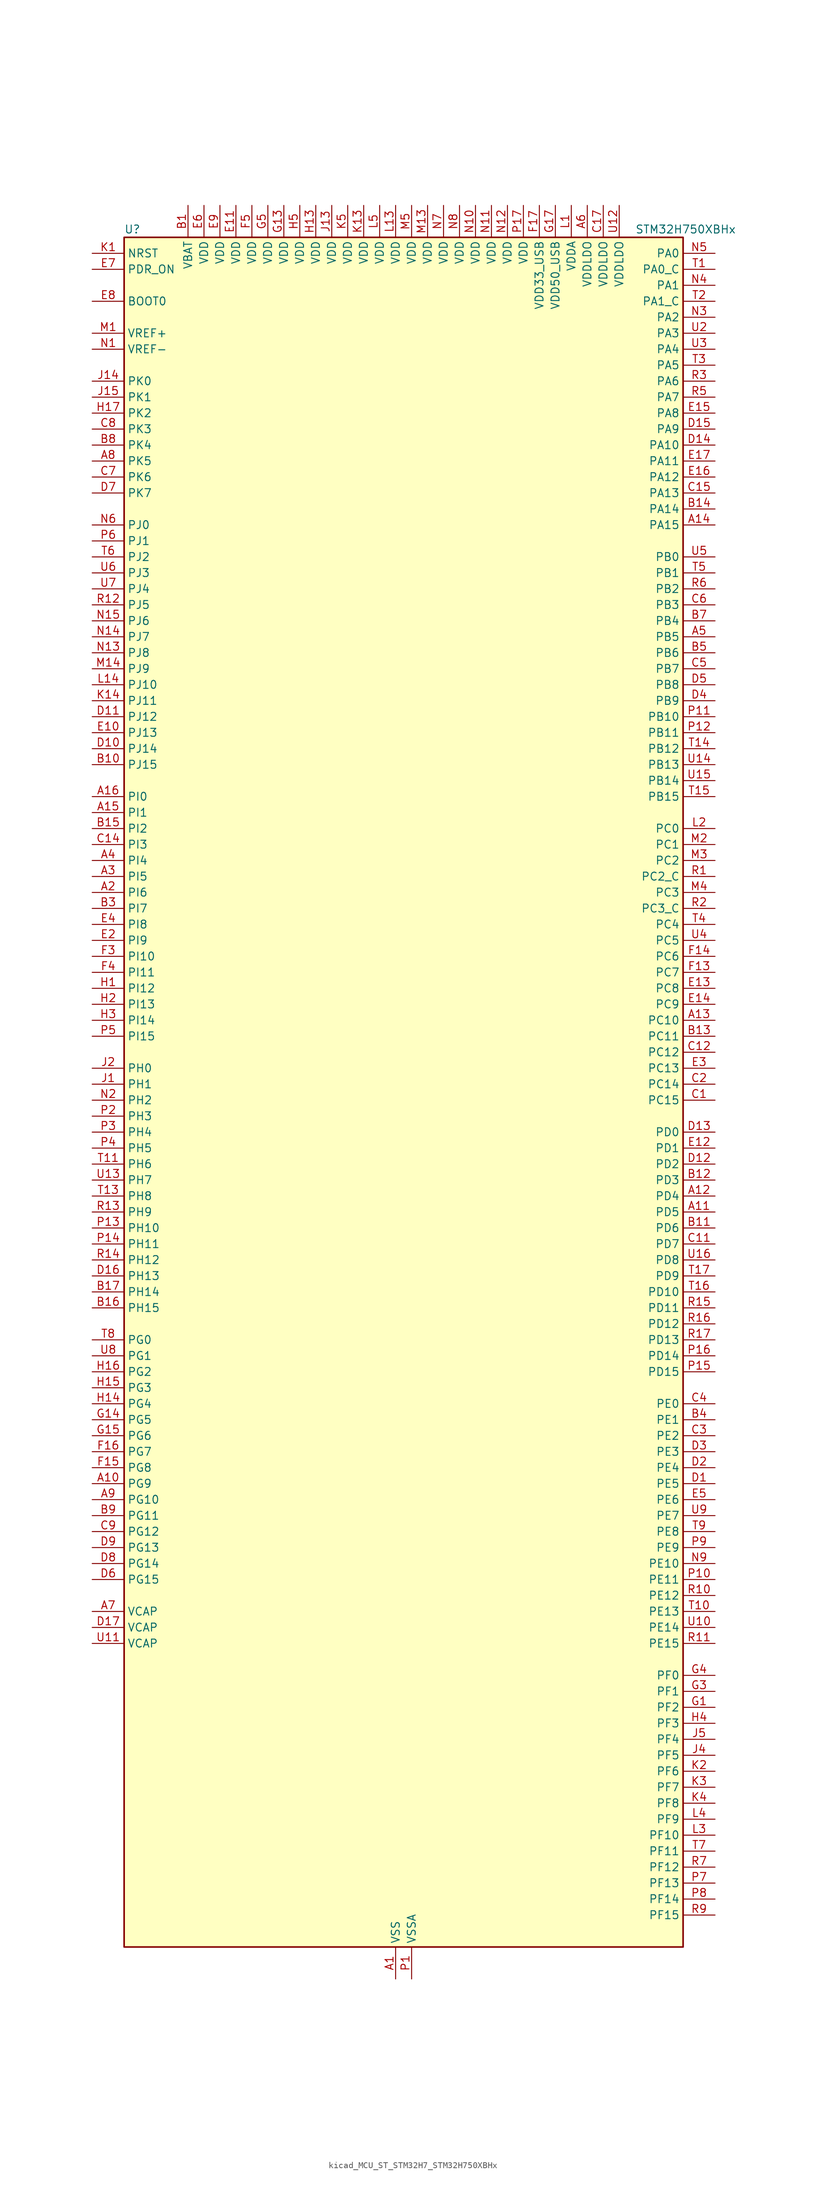
<source format=kicad_sym>
(kicad_symbol_lib
  (version 20220914)
  (generator kicad_symbol_editor)
  (symbol "kicad_MCU_ST_STM32H7_STM32H750XBHx"
    (property "Reference" "U"
      (at -43.18 138.43 0)
      (effects (font (size 1.27 1.27)) (justify left)))
    (property "Value" "STM32H750XBHx"
      (at 38.1 138.43 0)
      (effects (font (size 1.27 1.27)) (justify left)))
    (property "ki_locked" ""
      (at 0 0 0)
      (effects (font (size 1.27 1.27))))
    (symbol "kicad_MCU_ST_STM32H7_STM32H750XBHx_0_1"
      (rectangle (start -43.18 -134.62) (end 45.72 137.16) (stroke (width 0.254) (type default)) (fill (type background))))
    (symbol "kicad_MCU_ST_STM32H7_STM32H750XBHx_1_1"
      (pin power_in line (at 0 -139.7 90) (length 5.08) (name "VSS" (effects (font (size 1.27 1.27)))) (number "A1" (effects (font (size 1.27 1.27)))))
      (pin bidirectional line (at -48.26 -60.96 0) (length 5.08) (name "PG9" (effects (font (size 1.27 1.27)))) (number "A10" (effects (font (size 1.27 1.27)))) (alternate "DAC1_EXTI9" bidirectional line) (alternate "DCMI_VSYNC" bidirectional line) (alternate "FMC_NCE" bidirectional line) (alternate "FMC_NE2" bidirectional line) (alternate "I2S1_SDI" bidirectional line) (alternate "QUADSPI_BK2_IO2" bidirectional line) (alternate "SAI2_FS_B" bidirectional line) (alternate "SPDIFRX1_IN3" bidirectional line) (alternate "SPI1_MISO" bidirectional line) (alternate "USART6_RX" bidirectional line))
      (pin bidirectional line (at 50.8 -17.78 180) (length 5.08) (name "PD5" (effects (font (size 1.27 1.27)))) (number "A11" (effects (font (size 1.27 1.27)))) (alternate "FMC_NWE" bidirectional line) (alternate "HRTIM_EEV3" bidirectional line) (alternate "USART2_TX" bidirectional line))
      (pin bidirectional line (at 50.8 -15.24 180) (length 5.08) (name "PD4" (effects (font (size 1.27 1.27)))) (number "A12" (effects (font (size 1.27 1.27)))) (alternate "FMC_NOE" bidirectional line) (alternate "HRTIM_FLT3" bidirectional line) (alternate "SAI3_FS_A" bidirectional line) (alternate "USART2_DE" bidirectional line) (alternate "USART2_RTS" bidirectional line))
      (pin bidirectional line (at 50.8 12.7 180) (length 5.08) (name "PC10" (effects (font (size 1.27 1.27)))) (number "A13" (effects (font (size 1.27 1.27)))) (alternate "DCMI_D8" bidirectional line) (alternate "DFSDM1_CKIN5" bidirectional line) (alternate "HRTIM_EEV1" bidirectional line) (alternate "I2S3_CK" bidirectional line) (alternate "LTDC_R2" bidirectional line) (alternate "QUADSPI_BK1_IO1" bidirectional line) (alternate "SDMMC1_D2" bidirectional line) (alternate "SPI3_SCK" bidirectional line) (alternate "UART4_TX" bidirectional line) (alternate "USART3_TX" bidirectional line))
      (pin bidirectional line (at 50.8 91.44 180) (length 5.08) (name "PA15" (effects (font (size 1.27 1.27)))) (number "A14" (effects (font (size 1.27 1.27)))) (alternate "ADC1_EXTI15" bidirectional line) (alternate "ADC2_EXTI15" bidirectional line) (alternate "ADC3_EXTI15" bidirectional line) (alternate "CEC" bidirectional line) (alternate "DEBUG_JTDI" bidirectional line) (alternate "HRTIM_FLT1" bidirectional line) (alternate "I2S1_WS" bidirectional line) (alternate "I2S3_WS" bidirectional line) (alternate "SPI1_NSS" bidirectional line) (alternate "SPI3_NSS" bidirectional line) (alternate "SPI6_NSS" bidirectional line) (alternate "TIM2_CH1" bidirectional line) (alternate "TIM2_ETR" bidirectional line) (alternate "UART4_DE" bidirectional line) (alternate "UART4_RTS" bidirectional line) (alternate "UART7_TX" bidirectional line))
      (pin bidirectional line (at -48.26 45.72 0) (length 5.08) (name "PI1" (effects (font (size 1.27 1.27)))) (number "A15" (effects (font (size 1.27 1.27)))) (alternate "DCMI_D8" bidirectional line) (alternate "FMC_D25" bidirectional line) (alternate "I2S2_CK" bidirectional line) (alternate "LTDC_G6" bidirectional line) (alternate "SPI2_SCK" bidirectional line) (alternate "TIM8_BKIN2" bidirectional line) (alternate "TIM8_BKIN2_COMP1" bidirectional line) (alternate "TIM8_BKIN2_COMP2" bidirectional line))
      (pin bidirectional line (at -48.26 48.26 0) (length 5.08) (name "PI0" (effects (font (size 1.27 1.27)))) (number "A16" (effects (font (size 1.27 1.27)))) (alternate "DCMI_D13" bidirectional line) (alternate "FMC_D24" bidirectional line) (alternate "I2S2_WS" bidirectional line) (alternate "LTDC_G5" bidirectional line) (alternate "SPI2_NSS" bidirectional line) (alternate "TIM5_CH4" bidirectional line))
      (pin passive line (at 0 -139.7 90) (length 5.08) hide (name "VSS" (effects (font (size 1.27 1.27)))) (number "A17" (effects (font (size 1.27 1.27)))))
      (pin bidirectional line (at -48.26 33.02 0) (length 5.08) (name "PI6" (effects (font (size 1.27 1.27)))) (number "A2" (effects (font (size 1.27 1.27)))) (alternate "DCMI_D6" bidirectional line) (alternate "FMC_D28" bidirectional line) (alternate "LTDC_B6" bidirectional line) (alternate "SAI2_SD_A" bidirectional line) (alternate "TIM8_CH2" bidirectional line))
      (pin bidirectional line (at -48.26 35.56 0) (length 5.08) (name "PI5" (effects (font (size 1.27 1.27)))) (number "A3" (effects (font (size 1.27 1.27)))) (alternate "DCMI_VSYNC" bidirectional line) (alternate "FMC_NBL3" bidirectional line) (alternate "LTDC_B5" bidirectional line) (alternate "SAI2_SCK_A" bidirectional line) (alternate "TIM8_CH1" bidirectional line))
      (pin bidirectional line (at -48.26 38.1 0) (length 5.08) (name "PI4" (effects (font (size 1.27 1.27)))) (number "A4" (effects (font (size 1.27 1.27)))) (alternate "DCMI_D5" bidirectional line) (alternate "FMC_NBL2" bidirectional line) (alternate "LTDC_B4" bidirectional line) (alternate "SAI2_MCLK_A" bidirectional line) (alternate "TIM8_BKIN" bidirectional line) (alternate "TIM8_BKIN_COMP1" bidirectional line) (alternate "TIM8_BKIN_COMP2" bidirectional line))
      (pin bidirectional line (at 50.8 73.66 180) (length 5.08) (name "PB5" (effects (font (size 1.27 1.27)))) (number "A5" (effects (font (size 1.27 1.27)))) (alternate "DCMI_D10" bidirectional line) (alternate "ETH_PPS_OUT" bidirectional line) (alternate "FDCAN2_RX" bidirectional line) (alternate "FMC_SDCKE1" bidirectional line) (alternate "HRTIM_EEV7" bidirectional line) (alternate "I2C1_SMBA" bidirectional line) (alternate "I2C4_SMBA" bidirectional line) (alternate "I2S1_SDO" bidirectional line) (alternate "I2S3_SDO" bidirectional line) (alternate "SPI1_MOSI" bidirectional line) (alternate "SPI3_MOSI" bidirectional line) (alternate "SPI6_MOSI" bidirectional line) (alternate "TIM17_BKIN" bidirectional line) (alternate "TIM3_CH2" bidirectional line) (alternate "UART5_RX" bidirectional line) (alternate "USB_OTG_HS_ULPI_D7" bidirectional line))
      (pin power_in line (at 30.48 142.24 270) (length 5.08) (name "VDDLDO" (effects (font (size 1.27 1.27)))) (number "A6" (effects (font (size 1.27 1.27)))))
      (pin power_out line (at -48.26 -81.28 0) (length 5.08) (name "VCAP" (effects (font (size 1.27 1.27)))) (number "A7" (effects (font (size 1.27 1.27)))))
      (pin bidirectional line (at -48.26 101.6 0) (length 5.08) (name "PK5" (effects (font (size 1.27 1.27)))) (number "A8" (effects (font (size 1.27 1.27)))) (alternate "LTDC_B6" bidirectional line))
      (pin bidirectional line (at -48.26 -63.5 0) (length 5.08) (name "PG10" (effects (font (size 1.27 1.27)))) (number "A9" (effects (font (size 1.27 1.27)))) (alternate "DCMI_D2" bidirectional line) (alternate "FMC_NE3" bidirectional line) (alternate "HRTIM_FLT5" bidirectional line) (alternate "I2S1_WS" bidirectional line) (alternate "LTDC_B2" bidirectional line) (alternate "LTDC_G3" bidirectional line) (alternate "SAI2_SD_B" bidirectional line) (alternate "SPI1_NSS" bidirectional line))
      (pin power_in line (at -33.02 142.24 270) (length 5.08) (name "VBAT" (effects (font (size 1.27 1.27)))) (number "B1" (effects (font (size 1.27 1.27)))))
      (pin bidirectional line (at -48.26 53.34 0) (length 5.08) (name "PJ15" (effects (font (size 1.27 1.27)))) (number "B10" (effects (font (size 1.27 1.27)))) (alternate "ADC1_EXTI15" bidirectional line) (alternate "ADC2_EXTI15" bidirectional line) (alternate "ADC3_EXTI15" bidirectional line) (alternate "LTDC_B3" bidirectional line))
      (pin bidirectional line (at 50.8 -20.32 180) (length 5.08) (name "PD6" (effects (font (size 1.27 1.27)))) (number "B11" (effects (font (size 1.27 1.27)))) (alternate "DCMI_D10" bidirectional line) (alternate "DFSDM1_CKIN4" bidirectional line) (alternate "DFSDM1_DATIN1" bidirectional line) (alternate "FMC_NWAIT" bidirectional line) (alternate "I2S3_SDO" bidirectional line) (alternate "LTDC_B2" bidirectional line) (alternate "SAI1_D1" bidirectional line) (alternate "SAI1_SD_A" bidirectional line) (alternate "SAI4_D1" bidirectional line) (alternate "SAI4_SD_A" bidirectional line) (alternate "SDMMC2_CK" bidirectional line) (alternate "SPI3_MOSI" bidirectional line) (alternate "USART2_RX" bidirectional line))
      (pin bidirectional line (at 50.8 -12.7 180) (length 5.08) (name "PD3" (effects (font (size 1.27 1.27)))) (number "B12" (effects (font (size 1.27 1.27)))) (alternate "DCMI_D5" bidirectional line) (alternate "DFSDM1_CKOUT" bidirectional line) (alternate "FMC_CLK" bidirectional line) (alternate "I2S2_CK" bidirectional line) (alternate "LTDC_G7" bidirectional line) (alternate "SPI2_SCK" bidirectional line) (alternate "USART2_CTS" bidirectional line) (alternate "USART2_NSS" bidirectional line))
      (pin bidirectional line (at 50.8 10.16 180) (length 5.08) (name "PC11" (effects (font (size 1.27 1.27)))) (number "B13" (effects (font (size 1.27 1.27)))) (alternate "ADC1_EXTI11" bidirectional line) (alternate "ADC2_EXTI11" bidirectional line) (alternate "ADC3_EXTI11" bidirectional line) (alternate "DCMI_D4" bidirectional line) (alternate "DFSDM1_DATIN5" bidirectional line) (alternate "HRTIM_FLT2" bidirectional line) (alternate "I2S3_SDI" bidirectional line) (alternate "QUADSPI_BK2_NCS" bidirectional line) (alternate "SDMMC1_D3" bidirectional line) (alternate "SPI3_MISO" bidirectional line) (alternate "UART4_RX" bidirectional line) (alternate "USART3_RX" bidirectional line))
      (pin bidirectional line (at 50.8 93.98 180) (length 5.08) (name "PA14" (effects (font (size 1.27 1.27)))) (number "B14" (effects (font (size 1.27 1.27)))) (alternate "DEBUG_JTCK-SWCLK" bidirectional line))
      (pin bidirectional line (at -48.26 43.18 0) (length 5.08) (name "PI2" (effects (font (size 1.27 1.27)))) (number "B15" (effects (font (size 1.27 1.27)))) (alternate "DCMI_D9" bidirectional line) (alternate "FMC_D26" bidirectional line) (alternate "I2S2_SDI" bidirectional line) (alternate "LTDC_G7" bidirectional line) (alternate "SPI2_MISO" bidirectional line) (alternate "TIM8_CH4" bidirectional line))
      (pin bidirectional line (at -48.26 -33.02 0) (length 5.08) (name "PH15" (effects (font (size 1.27 1.27)))) (number "B16" (effects (font (size 1.27 1.27)))) (alternate "ADC1_EXTI15" bidirectional line) (alternate "ADC2_EXTI15" bidirectional line) (alternate "ADC3_EXTI15" bidirectional line) (alternate "DCMI_D11" bidirectional line) (alternate "FMC_D23" bidirectional line) (alternate "LTDC_G4" bidirectional line) (alternate "TIM8_CH3N" bidirectional line))
      (pin bidirectional line (at -48.26 -30.48 0) (length 5.08) (name "PH14" (effects (font (size 1.27 1.27)))) (number "B17" (effects (font (size 1.27 1.27)))) (alternate "DCMI_D4" bidirectional line) (alternate "FDCAN1_RX" bidirectional line) (alternate "FMC_D22" bidirectional line) (alternate "LTDC_G3" bidirectional line) (alternate "TIM8_CH2N" bidirectional line) (alternate "UART4_RX" bidirectional line))
      (pin passive line (at 0 -139.7 90) (length 5.08) hide (name "VSS" (effects (font (size 1.27 1.27)))) (number "B2" (effects (font (size 1.27 1.27)))))
      (pin bidirectional line (at -48.26 30.48 0) (length 5.08) (name "PI7" (effects (font (size 1.27 1.27)))) (number "B3" (effects (font (size 1.27 1.27)))) (alternate "DCMI_D7" bidirectional line) (alternate "FMC_D29" bidirectional line) (alternate "LTDC_B7" bidirectional line) (alternate "SAI2_FS_A" bidirectional line) (alternate "TIM8_CH3" bidirectional line))
      (pin bidirectional line (at 50.8 -50.8 180) (length 5.08) (name "PE1" (effects (font (size 1.27 1.27)))) (number "B4" (effects (font (size 1.27 1.27)))) (alternate "DCMI_D3" bidirectional line) (alternate "FMC_NBL1" bidirectional line) (alternate "HRTIM_SCOUT" bidirectional line) (alternate "LPTIM1_IN2" bidirectional line) (alternate "UART8_TX" bidirectional line))
      (pin bidirectional line (at 50.8 71.12 180) (length 5.08) (name "PB6" (effects (font (size 1.27 1.27)))) (number "B5" (effects (font (size 1.27 1.27)))) (alternate "CEC" bidirectional line) (alternate "DCMI_D5" bidirectional line) (alternate "DFSDM1_DATIN5" bidirectional line) (alternate "FDCAN2_TX" bidirectional line) (alternate "FMC_SDNE1" bidirectional line) (alternate "HRTIM_EEV8" bidirectional line) (alternate "I2C1_SCL" bidirectional line) (alternate "I2C4_SCL" bidirectional line) (alternate "LPUART1_TX" bidirectional line) (alternate "QUADSPI_BK1_NCS" bidirectional line) (alternate "TIM16_CH1N" bidirectional line) (alternate "TIM4_CH1" bidirectional line) (alternate "UART5_TX" bidirectional line) (alternate "USART1_TX" bidirectional line))
      (pin passive line (at 0 -139.7 90) (length 5.08) hide (name "VSS" (effects (font (size 1.27 1.27)))) (number "B6" (effects (font (size 1.27 1.27)))))
      (pin bidirectional line (at 50.8 76.2 180) (length 5.08) (name "PB4" (effects (font (size 1.27 1.27)))) (number "B7" (effects (font (size 1.27 1.27)))) (alternate "DEBUG_JTRST" bidirectional line) (alternate "HRTIM_EEV6" bidirectional line) (alternate "I2S1_SDI" bidirectional line) (alternate "I2S2_WS" bidirectional line) (alternate "I2S3_SDI" bidirectional line) (alternate "SDMMC2_D3" bidirectional line) (alternate "SPI1_MISO" bidirectional line) (alternate "SPI2_NSS" bidirectional line) (alternate "SPI3_MISO" bidirectional line) (alternate "SPI6_MISO" bidirectional line) (alternate "TIM16_BKIN" bidirectional line) (alternate "TIM3_CH1" bidirectional line) (alternate "UART7_TX" bidirectional line))
      (pin bidirectional line (at -48.26 104.14 0) (length 5.08) (name "PK4" (effects (font (size 1.27 1.27)))) (number "B8" (effects (font (size 1.27 1.27)))) (alternate "LTDC_B5" bidirectional line))
      (pin bidirectional line (at -48.26 -66.04 0) (length 5.08) (name "PG11" (effects (font (size 1.27 1.27)))) (number "B9" (effects (font (size 1.27 1.27)))) (alternate "ADC1_EXTI11" bidirectional line) (alternate "ADC2_EXTI11" bidirectional line) (alternate "ADC3_EXTI11" bidirectional line) (alternate "DCMI_D3" bidirectional line) (alternate "ETH_TX_EN" bidirectional line) (alternate "HRTIM_EEV4" bidirectional line) (alternate "I2S1_CK" bidirectional line) (alternate "LPTIM1_IN2" bidirectional line) (alternate "LTDC_B3" bidirectional line) (alternate "SDMMC2_D2" bidirectional line) (alternate "SPDIFRX1_IN0" bidirectional line) (alternate "SPI1_SCK" bidirectional line))
      (pin bidirectional line (at 50.8 0 180) (length 5.08) (name "PC15" (effects (font (size 1.27 1.27)))) (number "C1" (effects (font (size 1.27 1.27)))) (alternate "ADC1_EXTI15" bidirectional line) (alternate "ADC2_EXTI15" bidirectional line) (alternate "ADC3_EXTI15" bidirectional line) (alternate "RCC_OSC32_OUT" bidirectional line))
      (pin passive line (at 0 -139.7 90) (length 5.08) hide (name "VSS" (effects (font (size 1.27 1.27)))) (number "C10" (effects (font (size 1.27 1.27)))))
      (pin bidirectional line (at 50.8 -22.86 180) (length 5.08) (name "PD7" (effects (font (size 1.27 1.27)))) (number "C11" (effects (font (size 1.27 1.27)))) (alternate "DFSDM1_CKIN1" bidirectional line) (alternate "DFSDM1_DATIN4" bidirectional line) (alternate "FMC_NE1" bidirectional line) (alternate "I2S1_SDO" bidirectional line) (alternate "SDMMC2_CMD" bidirectional line) (alternate "SPDIFRX1_IN0" bidirectional line) (alternate "SPI1_MOSI" bidirectional line) (alternate "USART2_CK" bidirectional line))
      (pin bidirectional line (at 50.8 7.62 180) (length 5.08) (name "PC12" (effects (font (size 1.27 1.27)))) (number "C12" (effects (font (size 1.27 1.27)))) (alternate "DCMI_D9" bidirectional line) (alternate "DEBUG_TRACED3" bidirectional line) (alternate "HRTIM_EEV2" bidirectional line) (alternate "I2S3_SDO" bidirectional line) (alternate "SDMMC1_CK" bidirectional line) (alternate "SPI3_MOSI" bidirectional line) (alternate "UART5_TX" bidirectional line) (alternate "USART3_CK" bidirectional line))
      (pin passive line (at 0 -139.7 90) (length 5.08) hide (name "VSS" (effects (font (size 1.27 1.27)))) (number "C13" (effects (font (size 1.27 1.27)))))
      (pin bidirectional line (at -48.26 40.64 0) (length 5.08) (name "PI3" (effects (font (size 1.27 1.27)))) (number "C14" (effects (font (size 1.27 1.27)))) (alternate "DCMI_D10" bidirectional line) (alternate "FMC_D27" bidirectional line) (alternate "I2S2_SDO" bidirectional line) (alternate "SPI2_MOSI" bidirectional line) (alternate "TIM8_ETR" bidirectional line))
      (pin bidirectional line (at 50.8 96.52 180) (length 5.08) (name "PA13" (effects (font (size 1.27 1.27)))) (number "C15" (effects (font (size 1.27 1.27)))) (alternate "DEBUG_JTMS-SWDIO" bidirectional line))
      (pin passive line (at 0 -139.7 90) (length 5.08) hide (name "VSS" (effects (font (size 1.27 1.27)))) (number "C16" (effects (font (size 1.27 1.27)))))
      (pin power_in line (at 33.02 142.24 270) (length 5.08) (name "VDDLDO" (effects (font (size 1.27 1.27)))) (number "C17" (effects (font (size 1.27 1.27)))))
      (pin bidirectional line (at 50.8 2.54 180) (length 5.08) (name "PC14" (effects (font (size 1.27 1.27)))) (number "C2" (effects (font (size 1.27 1.27)))) (alternate "RCC_OSC32_IN" bidirectional line))
      (pin bidirectional line (at 50.8 -53.34 180) (length 5.08) (name "PE2" (effects (font (size 1.27 1.27)))) (number "C3" (effects (font (size 1.27 1.27)))) (alternate "DEBUG_TRACECLK" bidirectional line) (alternate "ETH_TXD3" bidirectional line) (alternate "FMC_A23" bidirectional line) (alternate "QUADSPI_BK1_IO2" bidirectional line) (alternate "SAI1_CK1" bidirectional line) (alternate "SAI1_MCLK_A" bidirectional line) (alternate "SAI4_CK1" bidirectional line) (alternate "SAI4_MCLK_A" bidirectional line) (alternate "SPI4_SCK" bidirectional line))
      (pin bidirectional line (at 50.8 -48.26 180) (length 5.08) (name "PE0" (effects (font (size 1.27 1.27)))) (number "C4" (effects (font (size 1.27 1.27)))) (alternate "DCMI_D2" bidirectional line) (alternate "FMC_NBL0" bidirectional line) (alternate "HRTIM_SCIN" bidirectional line) (alternate "LPTIM1_ETR" bidirectional line) (alternate "LPTIM2_ETR" bidirectional line) (alternate "SAI2_MCLK_A" bidirectional line) (alternate "TIM4_ETR" bidirectional line) (alternate "UART8_RX" bidirectional line))
      (pin bidirectional line (at 50.8 68.58 180) (length 5.08) (name "PB7" (effects (font (size 1.27 1.27)))) (number "C5" (effects (font (size 1.27 1.27)))) (alternate "DCMI_VSYNC" bidirectional line) (alternate "DFSDM1_CKIN5" bidirectional line) (alternate "FMC_NL" bidirectional line) (alternate "HRTIM_EEV9" bidirectional line) (alternate "I2C1_SDA" bidirectional line) (alternate "I2C4_SDA" bidirectional line) (alternate "LPUART1_RX" bidirectional line) (alternate "PWR_PVD_IN" bidirectional line) (alternate "TIM17_CH1N" bidirectional line) (alternate "TIM4_CH2" bidirectional line) (alternate "USART1_RX" bidirectional line))
      (pin bidirectional line (at 50.8 78.74 180) (length 5.08) (name "PB3" (effects (font (size 1.27 1.27)))) (number "C6" (effects (font (size 1.27 1.27)))) (alternate "CRS_SYNC" bidirectional line) (alternate "DEBUG_JTDO-SWO" bidirectional line) (alternate "HRTIM_FLT4" bidirectional line) (alternate "I2S1_CK" bidirectional line) (alternate "I2S3_CK" bidirectional line) (alternate "SDMMC2_D2" bidirectional line) (alternate "SPI1_SCK" bidirectional line) (alternate "SPI3_SCK" bidirectional line) (alternate "SPI6_SCK" bidirectional line) (alternate "TIM2_CH2" bidirectional line) (alternate "UART7_RX" bidirectional line))
      (pin bidirectional line (at -48.26 99.06 0) (length 5.08) (name "PK6" (effects (font (size 1.27 1.27)))) (number "C7" (effects (font (size 1.27 1.27)))) (alternate "LTDC_B7" bidirectional line))
      (pin bidirectional line (at -48.26 106.68 0) (length 5.08) (name "PK3" (effects (font (size 1.27 1.27)))) (number "C8" (effects (font (size 1.27 1.27)))) (alternate "LTDC_B4" bidirectional line))
      (pin bidirectional line (at -48.26 -68.58 0) (length 5.08) (name "PG12" (effects (font (size 1.27 1.27)))) (number "C9" (effects (font (size 1.27 1.27)))) (alternate "ETH_TXD1" bidirectional line) (alternate "FMC_NE4" bidirectional line) (alternate "HRTIM_EEV5" bidirectional line) (alternate "LPTIM1_IN1" bidirectional line) (alternate "LTDC_B1" bidirectional line) (alternate "LTDC_B4" bidirectional line) (alternate "SPDIFRX1_IN1" bidirectional line) (alternate "SPI6_MISO" bidirectional line) (alternate "USART6_DE" bidirectional line) (alternate "USART6_RTS" bidirectional line))
      (pin bidirectional line (at 50.8 -60.96 180) (length 5.08) (name "PE5" (effects (font (size 1.27 1.27)))) (number "D1" (effects (font (size 1.27 1.27)))) (alternate "DCMI_D6" bidirectional line) (alternate "DEBUG_TRACED2" bidirectional line) (alternate "DFSDM1_CKIN3" bidirectional line) (alternate "FMC_A21" bidirectional line) (alternate "LTDC_G0" bidirectional line) (alternate "SAI1_CK2" bidirectional line) (alternate "SAI1_SCK_A" bidirectional line) (alternate "SAI4_CK2" bidirectional line) (alternate "SAI4_SCK_A" bidirectional line) (alternate "SPI4_MISO" bidirectional line) (alternate "TIM15_CH1" bidirectional line))
      (pin bidirectional line (at -48.26 55.88 0) (length 5.08) (name "PJ14" (effects (font (size 1.27 1.27)))) (number "D10" (effects (font (size 1.27 1.27)))) (alternate "LTDC_B2" bidirectional line))
      (pin bidirectional line (at -48.26 60.96 0) (length 5.08) (name "PJ12" (effects (font (size 1.27 1.27)))) (number "D11" (effects (font (size 1.27 1.27)))) (alternate "DEBUG_TRGOUT" bidirectional line) (alternate "LTDC_B0" bidirectional line) (alternate "LTDC_G3" bidirectional line))
      (pin bidirectional line (at 50.8 -10.16 180) (length 5.08) (name "PD2" (effects (font (size 1.27 1.27)))) (number "D12" (effects (font (size 1.27 1.27)))) (alternate "DCMI_D11" bidirectional line) (alternate "DEBUG_TRACED2" bidirectional line) (alternate "SDMMC1_CMD" bidirectional line) (alternate "TIM3_ETR" bidirectional line) (alternate "UART5_RX" bidirectional line))
      (pin bidirectional line (at 50.8 -5.08 180) (length 5.08) (name "PD0" (effects (font (size 1.27 1.27)))) (number "D13" (effects (font (size 1.27 1.27)))) (alternate "DFSDM1_CKIN6" bidirectional line) (alternate "FDCAN1_RX" bidirectional line) (alternate "FMC_D2" bidirectional line) (alternate "FMC_DA2" bidirectional line) (alternate "SAI3_SCK_A" bidirectional line) (alternate "UART4_RX" bidirectional line))
      (pin bidirectional line (at 50.8 104.14 180) (length 5.08) (name "PA10" (effects (font (size 1.27 1.27)))) (number "D14" (effects (font (size 1.27 1.27)))) (alternate "DCMI_D1" bidirectional line) (alternate "HRTIM_CHC2" bidirectional line) (alternate "LPUART1_RX" bidirectional line) (alternate "LTDC_B1" bidirectional line) (alternate "LTDC_B4" bidirectional line) (alternate "MDIOS_MDIO" bidirectional line) (alternate "TIM1_CH3" bidirectional line) (alternate "USART1_RX" bidirectional line) (alternate "USB_OTG_FS_ID" bidirectional line))
      (pin bidirectional line (at 50.8 106.68 180) (length 5.08) (name "PA9" (effects (font (size 1.27 1.27)))) (number "D15" (effects (font (size 1.27 1.27)))) (alternate "DAC1_EXTI9" bidirectional line) (alternate "DCMI_D0" bidirectional line) (alternate "HRTIM_CHC1" bidirectional line) (alternate "I2C3_SMBA" bidirectional line) (alternate "I2S2_CK" bidirectional line) (alternate "LPUART1_TX" bidirectional line) (alternate "LTDC_R5" bidirectional line) (alternate "SPI2_SCK" bidirectional line) (alternate "TIM1_CH2" bidirectional line) (alternate "USART1_TX" bidirectional line) (alternate "USB_OTG_FS_VBUS" bidirectional line))
      (pin bidirectional line (at -48.26 -27.94 0) (length 5.08) (name "PH13" (effects (font (size 1.27 1.27)))) (number "D16" (effects (font (size 1.27 1.27)))) (alternate "FDCAN1_TX" bidirectional line) (alternate "FMC_D21" bidirectional line) (alternate "LTDC_G2" bidirectional line) (alternate "TIM8_CH1N" bidirectional line) (alternate "UART4_TX" bidirectional line))
      (pin power_out line (at -48.26 -83.82 0) (length 5.08) (name "VCAP" (effects (font (size 1.27 1.27)))) (number "D17" (effects (font (size 1.27 1.27)))))
      (pin bidirectional line (at 50.8 -58.42 180) (length 5.08) (name "PE4" (effects (font (size 1.27 1.27)))) (number "D2" (effects (font (size 1.27 1.27)))) (alternate "DCMI_D4" bidirectional line) (alternate "DEBUG_TRACED1" bidirectional line) (alternate "DFSDM1_DATIN3" bidirectional line) (alternate "FMC_A20" bidirectional line) (alternate "LTDC_B0" bidirectional line) (alternate "SAI1_D2" bidirectional line) (alternate "SAI1_FS_A" bidirectional line) (alternate "SAI4_D2" bidirectional line) (alternate "SAI4_FS_A" bidirectional line) (alternate "SPI4_NSS" bidirectional line) (alternate "TIM15_CH1N" bidirectional line))
      (pin bidirectional line (at 50.8 -55.88 180) (length 5.08) (name "PE3" (effects (font (size 1.27 1.27)))) (number "D3" (effects (font (size 1.27 1.27)))) (alternate "DEBUG_TRACED0" bidirectional line) (alternate "FMC_A19" bidirectional line) (alternate "SAI1_SD_B" bidirectional line) (alternate "SAI4_SD_B" bidirectional line) (alternate "TIM15_BKIN" bidirectional line))
      (pin bidirectional line (at 50.8 63.5 180) (length 5.08) (name "PB9" (effects (font (size 1.27 1.27)))) (number "D4" (effects (font (size 1.27 1.27)))) (alternate "DAC1_EXTI9" bidirectional line) (alternate "DCMI_D7" bidirectional line) (alternate "DFSDM1_DATIN7" bidirectional line) (alternate "FDCAN1_TX" bidirectional line) (alternate "I2C1_SDA" bidirectional line) (alternate "I2C4_SDA" bidirectional line) (alternate "I2C4_SMBA" bidirectional line) (alternate "I2S2_WS" bidirectional line) (alternate "LTDC_B7" bidirectional line) (alternate "SDMMC1_CDIR" bidirectional line) (alternate "SDMMC1_D5" bidirectional line) (alternate "SDMMC2_D5" bidirectional line) (alternate "SPI2_NSS" bidirectional line) (alternate "TIM17_CH1" bidirectional line) (alternate "TIM4_CH4" bidirectional line) (alternate "UART4_TX" bidirectional line))
      (pin bidirectional line (at 50.8 66.04 180) (length 5.08) (name "PB8" (effects (font (size 1.27 1.27)))) (number "D5" (effects (font (size 1.27 1.27)))) (alternate "DCMI_D6" bidirectional line) (alternate "DFSDM1_CKIN7" bidirectional line) (alternate "ETH_TXD3" bidirectional line) (alternate "FDCAN1_RX" bidirectional line) (alternate "I2C1_SCL" bidirectional line) (alternate "I2C4_SCL" bidirectional line) (alternate "LTDC_B6" bidirectional line) (alternate "SDMMC1_CKIN" bidirectional line) (alternate "SDMMC1_D4" bidirectional line) (alternate "SDMMC2_D4" bidirectional line) (alternate "TIM16_CH1" bidirectional line) (alternate "TIM4_CH3" bidirectional line) (alternate "UART4_RX" bidirectional line))
      (pin bidirectional line (at -48.26 -76.2 0) (length 5.08) (name "PG15" (effects (font (size 1.27 1.27)))) (number "D6" (effects (font (size 1.27 1.27)))) (alternate "ADC1_EXTI15" bidirectional line) (alternate "ADC2_EXTI15" bidirectional line) (alternate "ADC3_EXTI15" bidirectional line) (alternate "DCMI_D13" bidirectional line) (alternate "FMC_SDNCAS" bidirectional line) (alternate "USART6_CTS" bidirectional line) (alternate "USART6_NSS" bidirectional line))
      (pin bidirectional line (at -48.26 96.52 0) (length 5.08) (name "PK7" (effects (font (size 1.27 1.27)))) (number "D7" (effects (font (size 1.27 1.27)))) (alternate "LTDC_DE" bidirectional line))
      (pin bidirectional line (at -48.26 -73.66 0) (length 5.08) (name "PG14" (effects (font (size 1.27 1.27)))) (number "D8" (effects (font (size 1.27 1.27)))) (alternate "DEBUG_TRACED1" bidirectional line) (alternate "ETH_TXD1" bidirectional line) (alternate "FMC_A25" bidirectional line) (alternate "LPTIM1_ETR" bidirectional line) (alternate "LTDC_B0" bidirectional line) (alternate "QUADSPI_BK2_IO3" bidirectional line) (alternate "SPI6_MOSI" bidirectional line) (alternate "USART6_TX" bidirectional line))
      (pin bidirectional line (at -48.26 -71.12 0) (length 5.08) (name "PG13" (effects (font (size 1.27 1.27)))) (number "D9" (effects (font (size 1.27 1.27)))) (alternate "DEBUG_TRACED0" bidirectional line) (alternate "ETH_TXD0" bidirectional line) (alternate "FMC_A24" bidirectional line) (alternate "HRTIM_EEV10" bidirectional line) (alternate "LPTIM1_OUT" bidirectional line) (alternate "LTDC_R0" bidirectional line) (alternate "SPI6_SCK" bidirectional line) (alternate "USART6_CTS" bidirectional line) (alternate "USART6_NSS" bidirectional line))
      (pin no_connect line (at -43.18 -134.62 0) (length 5.08) hide (name "NC" (effects (font (size 1.27 1.27)))) (number "E1" (effects (font (size 1.27 1.27)))))
      (pin bidirectional line (at -48.26 58.42 0) (length 5.08) (name "PJ13" (effects (font (size 1.27 1.27)))) (number "E10" (effects (font (size 1.27 1.27)))) (alternate "LTDC_B1" bidirectional line) (alternate "LTDC_B4" bidirectional line))
      (pin power_in line (at -25.4 142.24 270) (length 5.08) (name "VDD" (effects (font (size 1.27 1.27)))) (number "E11" (effects (font (size 1.27 1.27)))))
      (pin bidirectional line (at 50.8 -7.62 180) (length 5.08) (name "PD1" (effects (font (size 1.27 1.27)))) (number "E12" (effects (font (size 1.27 1.27)))) (alternate "DFSDM1_DATIN6" bidirectional line) (alternate "FDCAN1_TX" bidirectional line) (alternate "FMC_D3" bidirectional line) (alternate "FMC_DA3" bidirectional line) (alternate "SAI3_SD_A" bidirectional line) (alternate "UART4_TX" bidirectional line))
      (pin bidirectional line (at 50.8 17.78 180) (length 5.08) (name "PC8" (effects (font (size 1.27 1.27)))) (number "E13" (effects (font (size 1.27 1.27)))) (alternate "DCMI_D2" bidirectional line) (alternate "DEBUG_TRACED1" bidirectional line) (alternate "FMC_NCE" bidirectional line) (alternate "FMC_NE2" bidirectional line) (alternate "HRTIM_CHB1" bidirectional line) (alternate "SDMMC1_D0" bidirectional line) (alternate "SWPMI1_RX" bidirectional line) (alternate "TIM3_CH3" bidirectional line) (alternate "TIM8_CH3" bidirectional line) (alternate "UART5_DE" bidirectional line) (alternate "UART5_RTS" bidirectional line) (alternate "USART6_CK" bidirectional line))
      (pin bidirectional line (at 50.8 15.24 180) (length 5.08) (name "PC9" (effects (font (size 1.27 1.27)))) (number "E14" (effects (font (size 1.27 1.27)))) (alternate "DAC1_EXTI9" bidirectional line) (alternate "DCMI_D3" bidirectional line) (alternate "I2C3_SDA" bidirectional line) (alternate "I2S_CKIN" bidirectional line) (alternate "LTDC_B2" bidirectional line) (alternate "LTDC_G3" bidirectional line) (alternate "QUADSPI_BK1_IO0" bidirectional line) (alternate "RCC_MCO_2" bidirectional line) (alternate "SDMMC1_D1" bidirectional line) (alternate "SWPMI1_SUSPEND" bidirectional line) (alternate "TIM3_CH4" bidirectional line) (alternate "TIM8_CH4" bidirectional line) (alternate "UART5_CTS" bidirectional line))
      (pin bidirectional line (at 50.8 109.22 180) (length 5.08) (name "PA8" (effects (font (size 1.27 1.27)))) (number "E15" (effects (font (size 1.27 1.27)))) (alternate "HRTIM_CHB2" bidirectional line) (alternate "I2C3_SCL" bidirectional line) (alternate "LTDC_B3" bidirectional line) (alternate "LTDC_R6" bidirectional line) (alternate "RCC_MCO_1" bidirectional line) (alternate "TIM1_CH1" bidirectional line) (alternate "TIM8_BKIN2" bidirectional line) (alternate "TIM8_BKIN2_COMP1" bidirectional line) (alternate "TIM8_BKIN2_COMP2" bidirectional line) (alternate "UART7_RX" bidirectional line) (alternate "USART1_CK" bidirectional line) (alternate "USB_OTG_FS_SOF" bidirectional line))
      (pin bidirectional line (at 50.8 99.06 180) (length 5.08) (name "PA12" (effects (font (size 1.27 1.27)))) (number "E16" (effects (font (size 1.27 1.27)))) (alternate "FDCAN1_TX" bidirectional line) (alternate "HRTIM_CHD2" bidirectional line) (alternate "I2S2_CK" bidirectional line) (alternate "LPUART1_DE" bidirectional line) (alternate "LPUART1_RTS" bidirectional line) (alternate "LTDC_R5" bidirectional line) (alternate "SAI2_FS_B" bidirectional line) (alternate "SPI2_SCK" bidirectional line) (alternate "TIM1_ETR" bidirectional line) (alternate "UART4_TX" bidirectional line) (alternate "USART1_DE" bidirectional line) (alternate "USART1_RTS" bidirectional line) (alternate "USB_OTG_FS_DP" bidirectional line))
      (pin bidirectional line (at 50.8 101.6 180) (length 5.08) (name "PA11" (effects (font (size 1.27 1.27)))) (number "E17" (effects (font (size 1.27 1.27)))) (alternate "ADC1_EXTI11" bidirectional line) (alternate "ADC2_EXTI11" bidirectional line) (alternate "ADC3_EXTI11" bidirectional line) (alternate "FDCAN1_RX" bidirectional line) (alternate "HRTIM_CHD1" bidirectional line) (alternate "I2S2_WS" bidirectional line) (alternate "LPUART1_CTS" bidirectional line) (alternate "LTDC_R4" bidirectional line) (alternate "SPI2_NSS" bidirectional line) (alternate "TIM1_CH4" bidirectional line) (alternate "UART4_RX" bidirectional line) (alternate "USART1_CTS" bidirectional line) (alternate "USART1_NSS" bidirectional line) (alternate "USB_OTG_FS_DM" bidirectional line))
      (pin bidirectional line (at -48.26 25.4 0) (length 5.08) (name "PI9" (effects (font (size 1.27 1.27)))) (number "E2" (effects (font (size 1.27 1.27)))) (alternate "DAC1_EXTI9" bidirectional line) (alternate "FDCAN1_RX" bidirectional line) (alternate "FMC_D30" bidirectional line) (alternate "LTDC_VSYNC" bidirectional line) (alternate "UART4_RX" bidirectional line))
      (pin bidirectional line (at 50.8 5.08 180) (length 5.08) (name "PC13" (effects (font (size 1.27 1.27)))) (number "E3" (effects (font (size 1.27 1.27)))) (alternate "PWR_WKUP2" bidirectional line) (alternate "RTC_OUT_ALARM" bidirectional line) (alternate "RTC_OUT_CALIB" bidirectional line) (alternate "RTC_TAMP1" bidirectional line) (alternate "RTC_TS" bidirectional line))
      (pin bidirectional line (at -48.26 27.94 0) (length 5.08) (name "PI8" (effects (font (size 1.27 1.27)))) (number "E4" (effects (font (size 1.27 1.27)))) (alternate "PWR_WKUP3" bidirectional line) (alternate "RTC_TAMP2" bidirectional line))
      (pin bidirectional line (at 50.8 -63.5 180) (length 5.08) (name "PE6" (effects (font (size 1.27 1.27)))) (number "E5" (effects (font (size 1.27 1.27)))) (alternate "DCMI_D7" bidirectional line) (alternate "DEBUG_TRACED3" bidirectional line) (alternate "FMC_A22" bidirectional line) (alternate "LTDC_G1" bidirectional line) (alternate "SAI1_D1" bidirectional line) (alternate "SAI1_SD_A" bidirectional line) (alternate "SAI2_MCLK_B" bidirectional line) (alternate "SAI4_D1" bidirectional line) (alternate "SAI4_SD_A" bidirectional line) (alternate "SPI4_MOSI" bidirectional line) (alternate "TIM15_CH2" bidirectional line) (alternate "TIM1_BKIN2" bidirectional line) (alternate "TIM1_BKIN2_COMP1" bidirectional line) (alternate "TIM1_BKIN2_COMP2" bidirectional line))
      (pin power_in line (at -30.48 142.24 270) (length 5.08) (name "VDD" (effects (font (size 1.27 1.27)))) (number "E6" (effects (font (size 1.27 1.27)))))
      (pin input line (at -48.26 132.08 0) (length 5.08) (name "PDR_ON" (effects (font (size 1.27 1.27)))) (number "E7" (effects (font (size 1.27 1.27)))))
      (pin input line (at -48.26 127 0) (length 5.08) (name "BOOT0" (effects (font (size 1.27 1.27)))) (number "E8" (effects (font (size 1.27 1.27)))))
      (pin power_in line (at -27.94 142.24 270) (length 5.08) (name "VDD" (effects (font (size 1.27 1.27)))) (number "E9" (effects (font (size 1.27 1.27)))))
      (pin passive line (at 0 -139.7 90) (length 5.08) hide (name "VSS" (effects (font (size 1.27 1.27)))) (number "F1" (effects (font (size 1.27 1.27)))))
      (pin bidirectional line (at 50.8 20.32 180) (length 5.08) (name "PC7" (effects (font (size 1.27 1.27)))) (number "F13" (effects (font (size 1.27 1.27)))) (alternate "DCMI_D1" bidirectional line) (alternate "DEBUG_TRGIO" bidirectional line) (alternate "DFSDM1_DATIN3" bidirectional line) (alternate "FMC_NE1" bidirectional line) (alternate "HRTIM_CHA2" bidirectional line) (alternate "I2S3_MCK" bidirectional line) (alternate "LTDC_G6" bidirectional line) (alternate "SDMMC1_D123DIR" bidirectional line) (alternate "SDMMC1_D7" bidirectional line) (alternate "SDMMC2_D7" bidirectional line) (alternate "SWPMI1_TX" bidirectional line) (alternate "TIM3_CH2" bidirectional line) (alternate "TIM8_CH2" bidirectional line) (alternate "USART6_RX" bidirectional line))
      (pin bidirectional line (at 50.8 22.86 180) (length 5.08) (name "PC6" (effects (font (size 1.27 1.27)))) (number "F14" (effects (font (size 1.27 1.27)))) (alternate "DCMI_D0" bidirectional line) (alternate "DFSDM1_CKIN3" bidirectional line) (alternate "FMC_NWAIT" bidirectional line) (alternate "HRTIM_CHA1" bidirectional line) (alternate "I2S2_MCK" bidirectional line) (alternate "LTDC_HSYNC" bidirectional line) (alternate "SDMMC1_D0DIR" bidirectional line) (alternate "SDMMC1_D6" bidirectional line) (alternate "SDMMC2_D6" bidirectional line) (alternate "SWPMI1_IO" bidirectional line) (alternate "TIM3_CH1" bidirectional line) (alternate "TIM8_CH1" bidirectional line) (alternate "USART6_TX" bidirectional line))
      (pin bidirectional line (at -48.26 -58.42 0) (length 5.08) (name "PG8" (effects (font (size 1.27 1.27)))) (number "F15" (effects (font (size 1.27 1.27)))) (alternate "ETH_PPS_OUT" bidirectional line) (alternate "FMC_SDCLK" bidirectional line) (alternate "LTDC_G7" bidirectional line) (alternate "SPDIFRX1_IN2" bidirectional line) (alternate "SPI6_NSS" bidirectional line) (alternate "TIM8_ETR" bidirectional line) (alternate "USART6_DE" bidirectional line) (alternate "USART6_RTS" bidirectional line))
      (pin bidirectional line (at -48.26 -55.88 0) (length 5.08) (name "PG7" (effects (font (size 1.27 1.27)))) (number "F16" (effects (font (size 1.27 1.27)))) (alternate "DCMI_D13" bidirectional line) (alternate "FMC_INT" bidirectional line) (alternate "HRTIM_CHE2" bidirectional line) (alternate "LTDC_CLK" bidirectional line) (alternate "SAI1_MCLK_A" bidirectional line) (alternate "USART6_CK" bidirectional line))
      (pin power_in line (at 22.86 142.24 270) (length 5.08) (name "VDD33_USB" (effects (font (size 1.27 1.27)))) (number "F17" (effects (font (size 1.27 1.27)))))
      (pin passive line (at 0 -139.7 90) (length 5.08) hide (name "VSS" (effects (font (size 1.27 1.27)))) (number "F2" (effects (font (size 1.27 1.27)))))
      (pin bidirectional line (at -48.26 22.86 0) (length 5.08) (name "PI10" (effects (font (size 1.27 1.27)))) (number "F3" (effects (font (size 1.27 1.27)))) (alternate "ETH_RX_ER" bidirectional line) (alternate "FMC_D31" bidirectional line) (alternate "LTDC_HSYNC" bidirectional line))
      (pin bidirectional line (at -48.26 20.32 0) (length 5.08) (name "PI11" (effects (font (size 1.27 1.27)))) (number "F4" (effects (font (size 1.27 1.27)))) (alternate "ADC1_EXTI11" bidirectional line) (alternate "ADC2_EXTI11" bidirectional line) (alternate "ADC3_EXTI11" bidirectional line) (alternate "LTDC_G6" bidirectional line) (alternate "PWR_WKUP4" bidirectional line) (alternate "USB_OTG_HS_ULPI_DIR" bidirectional line))
      (pin power_in line (at -22.86 142.24 270) (length 5.08) (name "VDD" (effects (font (size 1.27 1.27)))) (number "F5" (effects (font (size 1.27 1.27)))))
      (pin bidirectional line (at 50.8 -96.52 180) (length 5.08) (name "PF2" (effects (font (size 1.27 1.27)))) (number "G1" (effects (font (size 1.27 1.27)))) (alternate "FMC_A2" bidirectional line) (alternate "I2C2_SMBA" bidirectional line))
      (pin passive line (at 0 -139.7 90) (length 5.08) hide (name "VSS" (effects (font (size 1.27 1.27)))) (number "G10" (effects (font (size 1.27 1.27)))))
      (pin passive line (at 0 -139.7 90) (length 5.08) hide (name "VSS" (effects (font (size 1.27 1.27)))) (number "G11" (effects (font (size 1.27 1.27)))))
      (pin power_in line (at -17.78 142.24 270) (length 5.08) (name "VDD" (effects (font (size 1.27 1.27)))) (number "G13" (effects (font (size 1.27 1.27)))))
      (pin bidirectional line (at -48.26 -50.8 0) (length 5.08) (name "PG5" (effects (font (size 1.27 1.27)))) (number "G14" (effects (font (size 1.27 1.27)))) (alternate "FMC_A15" bidirectional line) (alternate "FMC_BA1" bidirectional line) (alternate "TIM1_ETR" bidirectional line))
      (pin bidirectional line (at -48.26 -53.34 0) (length 5.08) (name "PG6" (effects (font (size 1.27 1.27)))) (number "G15" (effects (font (size 1.27 1.27)))) (alternate "DCMI_D12" bidirectional line) (alternate "FMC_NE3" bidirectional line) (alternate "HRTIM_CHE1" bidirectional line) (alternate "LTDC_R7" bidirectional line) (alternate "QUADSPI_BK1_NCS" bidirectional line) (alternate "TIM17_BKIN" bidirectional line))
      (pin passive line (at 0 -139.7 90) (length 5.08) hide (name "VSS" (effects (font (size 1.27 1.27)))) (number "G16" (effects (font (size 1.27 1.27)))))
      (pin power_in line (at 25.4 142.24 270) (length 5.08) (name "VDD50_USB" (effects (font (size 1.27 1.27)))) (number "G17" (effects (font (size 1.27 1.27)))))
      (pin passive line (at 0 -139.7 90) (length 5.08) hide (name "VSS" (effects (font (size 1.27 1.27)))) (number "G2" (effects (font (size 1.27 1.27)))))
      (pin bidirectional line (at 50.8 -93.98 180) (length 5.08) (name "PF1" (effects (font (size 1.27 1.27)))) (number "G3" (effects (font (size 1.27 1.27)))) (alternate "FMC_A1" bidirectional line) (alternate "I2C2_SCL" bidirectional line))
      (pin bidirectional line (at 50.8 -91.44 180) (length 5.08) (name "PF0" (effects (font (size 1.27 1.27)))) (number "G4" (effects (font (size 1.27 1.27)))) (alternate "FMC_A0" bidirectional line) (alternate "I2C2_SDA" bidirectional line))
      (pin power_in line (at -20.32 142.24 270) (length 5.08) (name "VDD" (effects (font (size 1.27 1.27)))) (number "G5" (effects (font (size 1.27 1.27)))))
      (pin passive line (at 0 -139.7 90) (length 5.08) hide (name "VSS" (effects (font (size 1.27 1.27)))) (number "G7" (effects (font (size 1.27 1.27)))))
      (pin passive line (at 0 -139.7 90) (length 5.08) hide (name "VSS" (effects (font (size 1.27 1.27)))) (number "G8" (effects (font (size 1.27 1.27)))))
      (pin passive line (at 0 -139.7 90) (length 5.08) hide (name "VSS" (effects (font (size 1.27 1.27)))) (number "G9" (effects (font (size 1.27 1.27)))))
      (pin bidirectional line (at -48.26 17.78 0) (length 5.08) (name "PI12" (effects (font (size 1.27 1.27)))) (number "H1" (effects (font (size 1.27 1.27)))) (alternate "LTDC_HSYNC" bidirectional line))
      (pin passive line (at 0 -139.7 90) (length 5.08) hide (name "VSS" (effects (font (size 1.27 1.27)))) (number "H10" (effects (font (size 1.27 1.27)))))
      (pin passive line (at 0 -139.7 90) (length 5.08) hide (name "VSS" (effects (font (size 1.27 1.27)))) (number "H11" (effects (font (size 1.27 1.27)))))
      (pin power_in line (at -12.7 142.24 270) (length 5.08) (name "VDD" (effects (font (size 1.27 1.27)))) (number "H13" (effects (font (size 1.27 1.27)))))
      (pin bidirectional line (at -48.26 -48.26 0) (length 5.08) (name "PG4" (effects (font (size 1.27 1.27)))) (number "H14" (effects (font (size 1.27 1.27)))) (alternate "FMC_A14" bidirectional line) (alternate "FMC_BA0" bidirectional line) (alternate "TIM1_BKIN2" bidirectional line) (alternate "TIM1_BKIN2_COMP1" bidirectional line) (alternate "TIM1_BKIN2_COMP2" bidirectional line))
      (pin bidirectional line (at -48.26 -45.72 0) (length 5.08) (name "PG3" (effects (font (size 1.27 1.27)))) (number "H15" (effects (font (size 1.27 1.27)))) (alternate "FMC_A13" bidirectional line) (alternate "TIM8_BKIN2" bidirectional line) (alternate "TIM8_BKIN2_COMP1" bidirectional line) (alternate "TIM8_BKIN2_COMP2" bidirectional line))
      (pin bidirectional line (at -48.26 -43.18 0) (length 5.08) (name "PG2" (effects (font (size 1.27 1.27)))) (number "H16" (effects (font (size 1.27 1.27)))) (alternate "FMC_A12" bidirectional line) (alternate "TIM8_BKIN" bidirectional line) (alternate "TIM8_BKIN_COMP1" bidirectional line) (alternate "TIM8_BKIN_COMP2" bidirectional line))
      (pin bidirectional line (at -48.26 109.22 0) (length 5.08) (name "PK2" (effects (font (size 1.27 1.27)))) (number "H17" (effects (font (size 1.27 1.27)))) (alternate "LTDC_G7" bidirectional line) (alternate "TIM1_BKIN" bidirectional line) (alternate "TIM1_BKIN_COMP1" bidirectional line) (alternate "TIM1_BKIN_COMP2" bidirectional line) (alternate "TIM8_BKIN" bidirectional line) (alternate "TIM8_BKIN_COMP1" bidirectional line) (alternate "TIM8_BKIN_COMP2" bidirectional line))
      (pin bidirectional line (at -48.26 15.24 0) (length 5.08) (name "PI13" (effects (font (size 1.27 1.27)))) (number "H2" (effects (font (size 1.27 1.27)))) (alternate "LTDC_VSYNC" bidirectional line))
      (pin bidirectional line (at -48.26 12.7 0) (length 5.08) (name "PI14" (effects (font (size 1.27 1.27)))) (number "H3" (effects (font (size 1.27 1.27)))) (alternate "LTDC_CLK" bidirectional line))
      (pin bidirectional line (at 50.8 -99.06 180) (length 5.08) (name "PF3" (effects (font (size 1.27 1.27)))) (number "H4" (effects (font (size 1.27 1.27)))) (alternate "ADC3_INP5" bidirectional line) (alternate "FMC_A3" bidirectional line))
      (pin power_in line (at -15.24 142.24 270) (length 5.08) (name "VDD" (effects (font (size 1.27 1.27)))) (number "H5" (effects (font (size 1.27 1.27)))))
      (pin passive line (at 0 -139.7 90) (length 5.08) hide (name "VSS" (effects (font (size 1.27 1.27)))) (number "H7" (effects (font (size 1.27 1.27)))))
      (pin passive line (at 0 -139.7 90) (length 5.08) hide (name "VSS" (effects (font (size 1.27 1.27)))) (number "H8" (effects (font (size 1.27 1.27)))))
      (pin passive line (at 0 -139.7 90) (length 5.08) hide (name "VSS" (effects (font (size 1.27 1.27)))) (number "H9" (effects (font (size 1.27 1.27)))))
      (pin bidirectional line (at -48.26 2.54 0) (length 5.08) (name "PH1" (effects (font (size 1.27 1.27)))) (number "J1" (effects (font (size 1.27 1.27)))) (alternate "RCC_OSC_OUT" bidirectional line))
      (pin passive line (at 0 -139.7 90) (length 5.08) hide (name "VSS" (effects (font (size 1.27 1.27)))) (number "J10" (effects (font (size 1.27 1.27)))))
      (pin passive line (at 0 -139.7 90) (length 5.08) hide (name "VSS" (effects (font (size 1.27 1.27)))) (number "J11" (effects (font (size 1.27 1.27)))))
      (pin power_in line (at -10.16 142.24 270) (length 5.08) (name "VDD" (effects (font (size 1.27 1.27)))) (number "J13" (effects (font (size 1.27 1.27)))))
      (pin bidirectional line (at -48.26 114.3 0) (length 5.08) (name "PK0" (effects (font (size 1.27 1.27)))) (number "J14" (effects (font (size 1.27 1.27)))) (alternate "LTDC_G5" bidirectional line) (alternate "SPI5_SCK" bidirectional line) (alternate "TIM1_CH1N" bidirectional line) (alternate "TIM8_CH3" bidirectional line))
      (pin bidirectional line (at -48.26 111.76 0) (length 5.08) (name "PK1" (effects (font (size 1.27 1.27)))) (number "J15" (effects (font (size 1.27 1.27)))) (alternate "LTDC_G6" bidirectional line) (alternate "SPI5_NSS" bidirectional line) (alternate "TIM1_CH1" bidirectional line) (alternate "TIM8_CH3N" bidirectional line))
      (pin passive line (at 0 -139.7 90) (length 5.08) hide (name "VSS" (effects (font (size 1.27 1.27)))) (number "J16" (effects (font (size 1.27 1.27)))))
      (pin passive line (at 0 -139.7 90) (length 5.08) hide (name "VSS" (effects (font (size 1.27 1.27)))) (number "J17" (effects (font (size 1.27 1.27)))))
      (pin bidirectional line (at -48.26 5.08 0) (length 5.08) (name "PH0" (effects (font (size 1.27 1.27)))) (number "J2" (effects (font (size 1.27 1.27)))) (alternate "RCC_OSC_IN" bidirectional line))
      (pin passive line (at 0 -139.7 90) (length 5.08) hide (name "VSS" (effects (font (size 1.27 1.27)))) (number "J3" (effects (font (size 1.27 1.27)))))
      (pin bidirectional line (at 50.8 -104.14 180) (length 5.08) (name "PF5" (effects (font (size 1.27 1.27)))) (number "J4" (effects (font (size 1.27 1.27)))) (alternate "ADC3_INP4" bidirectional line) (alternate "FMC_A5" bidirectional line))
      (pin bidirectional line (at 50.8 -101.6 180) (length 5.08) (name "PF4" (effects (font (size 1.27 1.27)))) (number "J5" (effects (font (size 1.27 1.27)))) (alternate "ADC3_INN5" bidirectional line) (alternate "ADC3_INP9" bidirectional line) (alternate "FMC_A4" bidirectional line))
      (pin passive line (at 0 -139.7 90) (length 5.08) hide (name "VSS" (effects (font (size 1.27 1.27)))) (number "J7" (effects (font (size 1.27 1.27)))))
      (pin passive line (at 0 -139.7 90) (length 5.08) hide (name "VSS" (effects (font (size 1.27 1.27)))) (number "J8" (effects (font (size 1.27 1.27)))))
      (pin passive line (at 0 -139.7 90) (length 5.08) hide (name "VSS" (effects (font (size 1.27 1.27)))) (number "J9" (effects (font (size 1.27 1.27)))))
      (pin input line (at -48.26 134.62 0) (length 5.08) (name "NRST" (effects (font (size 1.27 1.27)))) (number "K1" (effects (font (size 1.27 1.27)))))
      (pin passive line (at 0 -139.7 90) (length 5.08) hide (name "VSS" (effects (font (size 1.27 1.27)))) (number "K10" (effects (font (size 1.27 1.27)))))
      (pin passive line (at 0 -139.7 90) (length 5.08) hide (name "VSS" (effects (font (size 1.27 1.27)))) (number "K11" (effects (font (size 1.27 1.27)))))
      (pin power_in line (at -5.08 142.24 270) (length 5.08) (name "VDD" (effects (font (size 1.27 1.27)))) (number "K13" (effects (font (size 1.27 1.27)))))
      (pin bidirectional line (at -48.26 63.5 0) (length 5.08) (name "PJ11" (effects (font (size 1.27 1.27)))) (number "K14" (effects (font (size 1.27 1.27)))) (alternate "ADC1_EXTI11" bidirectional line) (alternate "ADC2_EXTI11" bidirectional line) (alternate "ADC3_EXTI11" bidirectional line) (alternate "LTDC_G4" bidirectional line) (alternate "SPI5_MISO" bidirectional line) (alternate "TIM1_CH2" bidirectional line) (alternate "TIM8_CH2N" bidirectional line))
      (pin passive line (at 0 -139.7 90) (length 5.08) hide (name "VSS" (effects (font (size 1.27 1.27)))) (number "K15" (effects (font (size 1.27 1.27)))))
      (pin no_connect line (at -43.18 -132.08 0) (length 5.08) hide (name "NC" (effects (font (size 1.27 1.27)))) (number "K16" (effects (font (size 1.27 1.27)))))
      (pin no_connect line (at -43.18 -129.54 0) (length 5.08) hide (name "NC" (effects (font (size 1.27 1.27)))) (number "K17" (effects (font (size 1.27 1.27)))))
      (pin bidirectional line (at 50.8 -106.68 180) (length 5.08) (name "PF6" (effects (font (size 1.27 1.27)))) (number "K2" (effects (font (size 1.27 1.27)))) (alternate "ADC3_INN4" bidirectional line) (alternate "ADC3_INP8" bidirectional line) (alternate "QUADSPI_BK1_IO3" bidirectional line) (alternate "SAI1_SD_B" bidirectional line) (alternate "SAI4_SD_B" bidirectional line) (alternate "SPI5_NSS" bidirectional line) (alternate "TIM16_CH1" bidirectional line) (alternate "UART7_RX" bidirectional line))
      (pin bidirectional line (at 50.8 -109.22 180) (length 5.08) (name "PF7" (effects (font (size 1.27 1.27)))) (number "K3" (effects (font (size 1.27 1.27)))) (alternate "ADC3_INP3" bidirectional line) (alternate "QUADSPI_BK1_IO2" bidirectional line) (alternate "SAI1_MCLK_B" bidirectional line) (alternate "SAI4_MCLK_B" bidirectional line) (alternate "SPI5_SCK" bidirectional line) (alternate "TIM17_CH1" bidirectional line) (alternate "UART7_TX" bidirectional line))
      (pin bidirectional line (at 50.8 -111.76 180) (length 5.08) (name "PF8" (effects (font (size 1.27 1.27)))) (number "K4" (effects (font (size 1.27 1.27)))) (alternate "ADC3_INN3" bidirectional line) (alternate "ADC3_INP7" bidirectional line) (alternate "QUADSPI_BK1_IO0" bidirectional line) (alternate "SAI1_SCK_B" bidirectional line) (alternate "SAI4_SCK_B" bidirectional line) (alternate "SPI5_MISO" bidirectional line) (alternate "TIM13_CH1" bidirectional line) (alternate "TIM16_CH1N" bidirectional line) (alternate "UART7_DE" bidirectional line) (alternate "UART7_RTS" bidirectional line))
      (pin power_in line (at -7.62 142.24 270) (length 5.08) (name "VDD" (effects (font (size 1.27 1.27)))) (number "K5" (effects (font (size 1.27 1.27)))))
      (pin passive line (at 0 -139.7 90) (length 5.08) hide (name "VSS" (effects (font (size 1.27 1.27)))) (number "K7" (effects (font (size 1.27 1.27)))))
      (pin passive line (at 0 -139.7 90) (length 5.08) hide (name "VSS" (effects (font (size 1.27 1.27)))) (number "K8" (effects (font (size 1.27 1.27)))))
      (pin passive line (at 0 -139.7 90) (length 5.08) hide (name "VSS" (effects (font (size 1.27 1.27)))) (number "K9" (effects (font (size 1.27 1.27)))))
      (pin power_in line (at 27.94 142.24 270) (length 5.08) (name "VDDA" (effects (font (size 1.27 1.27)))) (number "L1" (effects (font (size 1.27 1.27)))))
      (pin passive line (at 0 -139.7 90) (length 5.08) hide (name "VSS" (effects (font (size 1.27 1.27)))) (number "L10" (effects (font (size 1.27 1.27)))))
      (pin passive line (at 0 -139.7 90) (length 5.08) hide (name "VSS" (effects (font (size 1.27 1.27)))) (number "L11" (effects (font (size 1.27 1.27)))))
      (pin power_in line (at 0 142.24 270) (length 5.08) (name "VDD" (effects (font (size 1.27 1.27)))) (number "L13" (effects (font (size 1.27 1.27)))))
      (pin bidirectional line (at -48.26 66.04 0) (length 5.08) (name "PJ10" (effects (font (size 1.27 1.27)))) (number "L14" (effects (font (size 1.27 1.27)))) (alternate "LTDC_G3" bidirectional line) (alternate "SPI5_MOSI" bidirectional line) (alternate "TIM1_CH2N" bidirectional line) (alternate "TIM8_CH2" bidirectional line))
      (pin passive line (at 0 -139.7 90) (length 5.08) hide (name "VSS" (effects (font (size 1.27 1.27)))) (number "L15" (effects (font (size 1.27 1.27)))))
      (pin no_connect line (at -43.18 -127 0) (length 5.08) hide (name "NC" (effects (font (size 1.27 1.27)))) (number "L16" (effects (font (size 1.27 1.27)))))
      (pin no_connect line (at -43.18 -124.46 0) (length 5.08) hide (name "NC" (effects (font (size 1.27 1.27)))) (number "L17" (effects (font (size 1.27 1.27)))))
      (pin bidirectional line (at 50.8 43.18 180) (length 5.08) (name "PC0" (effects (font (size 1.27 1.27)))) (number "L2" (effects (font (size 1.27 1.27)))) (alternate "ADC1_INP10" bidirectional line) (alternate "ADC2_INP10" bidirectional line) (alternate "ADC3_INP10" bidirectional line) (alternate "DFSDM1_CKIN0" bidirectional line) (alternate "DFSDM1_DATIN4" bidirectional line) (alternate "FMC_SDNWE" bidirectional line) (alternate "LTDC_R5" bidirectional line) (alternate "SAI2_FS_B" bidirectional line) (alternate "USB_OTG_HS_ULPI_STP" bidirectional line))
      (pin bidirectional line (at 50.8 -116.84 180) (length 5.08) (name "PF10" (effects (font (size 1.27 1.27)))) (number "L3" (effects (font (size 1.27 1.27)))) (alternate "ADC3_INN2" bidirectional line) (alternate "ADC3_INP6" bidirectional line) (alternate "DCMI_D11" bidirectional line) (alternate "LTDC_DE" bidirectional line) (alternate "QUADSPI_CLK" bidirectional line) (alternate "SAI1_D3" bidirectional line) (alternate "SAI4_D3" bidirectional line) (alternate "TIM16_BKIN" bidirectional line))
      (pin bidirectional line (at 50.8 -114.3 180) (length 5.08) (name "PF9" (effects (font (size 1.27 1.27)))) (number "L4" (effects (font (size 1.27 1.27)))) (alternate "ADC3_INP2" bidirectional line) (alternate "DAC1_EXTI9" bidirectional line) (alternate "QUADSPI_BK1_IO1" bidirectional line) (alternate "SAI1_FS_B" bidirectional line) (alternate "SAI4_FS_B" bidirectional line) (alternate "SPI5_MOSI" bidirectional line) (alternate "TIM14_CH1" bidirectional line) (alternate "TIM17_CH1N" bidirectional line) (alternate "UART7_CTS" bidirectional line))
      (pin power_in line (at -2.54 142.24 270) (length 5.08) (name "VDD" (effects (font (size 1.27 1.27)))) (number "L5" (effects (font (size 1.27 1.27)))))
      (pin passive line (at 0 -139.7 90) (length 5.08) hide (name "VSS" (effects (font (size 1.27 1.27)))) (number "L7" (effects (font (size 1.27 1.27)))))
      (pin passive line (at 0 -139.7 90) (length 5.08) hide (name "VSS" (effects (font (size 1.27 1.27)))) (number "L8" (effects (font (size 1.27 1.27)))))
      (pin passive line (at 0 -139.7 90) (length 5.08) hide (name "VSS" (effects (font (size 1.27 1.27)))) (number "L9" (effects (font (size 1.27 1.27)))))
      (pin input line (at -48.26 121.92 0) (length 5.08) (name "VREF+" (effects (font (size 1.27 1.27)))) (number "M1" (effects (font (size 1.27 1.27)))) (alternate "VREFBUF_OUT" bidirectional line))
      (pin power_in line (at 5.08 142.24 270) (length 5.08) (name "VDD" (effects (font (size 1.27 1.27)))) (number "M13" (effects (font (size 1.27 1.27)))))
      (pin bidirectional line (at -48.26 68.58 0) (length 5.08) (name "PJ9" (effects (font (size 1.27 1.27)))) (number "M14" (effects (font (size 1.27 1.27)))) (alternate "DAC1_EXTI9" bidirectional line) (alternate "LTDC_G2" bidirectional line) (alternate "TIM1_CH3" bidirectional line) (alternate "TIM8_CH1N" bidirectional line) (alternate "UART8_RX" bidirectional line))
      (pin passive line (at 0 -139.7 90) (length 5.08) hide (name "VSS" (effects (font (size 1.27 1.27)))) (number "M15" (effects (font (size 1.27 1.27)))))
      (pin no_connect line (at -43.18 -121.92 0) (length 5.08) hide (name "NC" (effects (font (size 1.27 1.27)))) (number "M16" (effects (font (size 1.27 1.27)))))
      (pin no_connect line (at -43.18 -119.38 0) (length 5.08) hide (name "NC" (effects (font (size 1.27 1.27)))) (number "M17" (effects (font (size 1.27 1.27)))))
      (pin bidirectional line (at 50.8 40.64 180) (length 5.08) (name "PC1" (effects (font (size 1.27 1.27)))) (number "M2" (effects (font (size 1.27 1.27)))) (alternate "ADC1_INN10" bidirectional line) (alternate "ADC1_INP11" bidirectional line) (alternate "ADC2_INN10" bidirectional line) (alternate "ADC2_INP11" bidirectional line) (alternate "ADC3_INN10" bidirectional line) (alternate "ADC3_INP11" bidirectional line) (alternate "DEBUG_TRACED0" bidirectional line) (alternate "DFSDM1_CKIN4" bidirectional line) (alternate "DFSDM1_DATIN0" bidirectional line) (alternate "ETH_MDC" bidirectional line) (alternate "I2S2_SDO" bidirectional line) (alternate "MDIOS_MDC" bidirectional line) (alternate "PWR_WKUP5" bidirectional line) (alternate "RTC_TAMP3" bidirectional line) (alternate "SAI1_D1" bidirectional line) (alternate "SAI1_SD_A" bidirectional line) (alternate "SAI4_D1" bidirectional line) (alternate "SAI4_SD_A" bidirectional line) (alternate "SDMMC2_CK" bidirectional line) (alternate "SPI2_MOSI" bidirectional line))
      (pin bidirectional line (at 50.8 38.1 180) (length 5.08) (name "PC2" (effects (font (size 1.27 1.27)))) (number "M3" (effects (font (size 1.27 1.27)))) (alternate "ADC1_INN11" bidirectional line) (alternate "ADC1_INP12" bidirectional line) (alternate "ADC2_INN11" bidirectional line) (alternate "ADC2_INP12" bidirectional line) (alternate "ADC3_INN11" bidirectional line) (alternate "ADC3_INP12" bidirectional line) (alternate "DFSDM1_CKIN1" bidirectional line) (alternate "DFSDM1_CKOUT" bidirectional line) (alternate "ETH_TXD2" bidirectional line) (alternate "FMC_SDNE0" bidirectional line) (alternate "I2S2_SDI" bidirectional line) (alternate "PWR_CSTOP" bidirectional line) (alternate "SPI2_MISO" bidirectional line) (alternate "USB_OTG_HS_ULPI_DIR" bidirectional line))
      (pin bidirectional line (at 50.8 33.02 180) (length 5.08) (name "PC3" (effects (font (size 1.27 1.27)))) (number "M4" (effects (font (size 1.27 1.27)))) (alternate "ADC1_INN12" bidirectional line) (alternate "ADC1_INP13" bidirectional line) (alternate "ADC2_INN12" bidirectional line) (alternate "ADC2_INP13" bidirectional line) (alternate "DFSDM1_DATIN1" bidirectional line) (alternate "ETH_TX_CLK" bidirectional line) (alternate "FMC_SDCKE0" bidirectional line) (alternate "I2S2_SDO" bidirectional line) (alternate "PWR_CSLEEP" bidirectional line) (alternate "SPI2_MOSI" bidirectional line) (alternate "USB_OTG_HS_ULPI_NXT" bidirectional line))
      (pin power_in line (at 2.54 142.24 270) (length 5.08) (name "VDD" (effects (font (size 1.27 1.27)))) (number "M5" (effects (font (size 1.27 1.27)))))
      (pin input line (at -48.26 119.38 0) (length 5.08) (name "VREF-" (effects (font (size 1.27 1.27)))) (number "N1" (effects (font (size 1.27 1.27)))))
      (pin power_in line (at 12.7 142.24 270) (length 5.08) (name "VDD" (effects (font (size 1.27 1.27)))) (number "N10" (effects (font (size 1.27 1.27)))))
      (pin power_in line (at 15.24 142.24 270) (length 5.08) (name "VDD" (effects (font (size 1.27 1.27)))) (number "N11" (effects (font (size 1.27 1.27)))))
      (pin power_in line (at 17.78 142.24 270) (length 5.08) (name "VDD" (effects (font (size 1.27 1.27)))) (number "N12" (effects (font (size 1.27 1.27)))))
      (pin bidirectional line (at -48.26 71.12 0) (length 5.08) (name "PJ8" (effects (font (size 1.27 1.27)))) (number "N13" (effects (font (size 1.27 1.27)))) (alternate "LTDC_G1" bidirectional line) (alternate "TIM1_CH3N" bidirectional line) (alternate "TIM8_CH1" bidirectional line) (alternate "UART8_TX" bidirectional line))
      (pin bidirectional line (at -48.26 73.66 0) (length 5.08) (name "PJ7" (effects (font (size 1.27 1.27)))) (number "N14" (effects (font (size 1.27 1.27)))) (alternate "DEBUG_TRGIN" bidirectional line) (alternate "LTDC_G0" bidirectional line) (alternate "TIM8_CH2N" bidirectional line))
      (pin bidirectional line (at -48.26 76.2 0) (length 5.08) (name "PJ6" (effects (font (size 1.27 1.27)))) (number "N15" (effects (font (size 1.27 1.27)))) (alternate "LTDC_R7" bidirectional line) (alternate "TIM8_CH2" bidirectional line))
      (pin passive line (at 0 -139.7 90) (length 5.08) hide (name "VSS" (effects (font (size 1.27 1.27)))) (number "N16" (effects (font (size 1.27 1.27)))))
      (pin no_connect line (at -43.18 -116.84 0) (length 5.08) hide (name "NC" (effects (font (size 1.27 1.27)))) (number "N17" (effects (font (size 1.27 1.27)))))
      (pin bidirectional line (at -48.26 0 0) (length 5.08) (name "PH2" (effects (font (size 1.27 1.27)))) (number "N2" (effects (font (size 1.27 1.27)))) (alternate "ADC3_INP13" bidirectional line) (alternate "ETH_CRS" bidirectional line) (alternate "FMC_SDCKE0" bidirectional line) (alternate "LPTIM1_IN2" bidirectional line) (alternate "LTDC_R0" bidirectional line) (alternate "QUADSPI_BK2_IO0" bidirectional line) (alternate "SAI2_SCK_B" bidirectional line))
      (pin bidirectional line (at 50.8 124.46 180) (length 5.08) (name "PA2" (effects (font (size 1.27 1.27)))) (number "N3" (effects (font (size 1.27 1.27)))) (alternate "ADC1_INP14" bidirectional line) (alternate "ADC2_INP14" bidirectional line) (alternate "ETH_MDIO" bidirectional line) (alternate "LPTIM4_OUT" bidirectional line) (alternate "LTDC_R1" bidirectional line) (alternate "MDIOS_MDIO" bidirectional line) (alternate "PWR_WKUP1" bidirectional line) (alternate "SAI2_SCK_B" bidirectional line) (alternate "TIM15_CH1" bidirectional line) (alternate "TIM2_CH3" bidirectional line) (alternate "TIM5_CH3" bidirectional line) (alternate "USART2_TX" bidirectional line))
      (pin bidirectional line (at 50.8 129.54 180) (length 5.08) (name "PA1" (effects (font (size 1.27 1.27)))) (number "N4" (effects (font (size 1.27 1.27)))) (alternate "ADC1_INN16" bidirectional line) (alternate "ADC1_INP17" bidirectional line) (alternate "ETH_REF_CLK" bidirectional line) (alternate "ETH_RX_CLK" bidirectional line) (alternate "LPTIM3_OUT" bidirectional line) (alternate "LTDC_R2" bidirectional line) (alternate "QUADSPI_BK1_IO3" bidirectional line) (alternate "SAI2_MCLK_B" bidirectional line) (alternate "TIM15_CH1N" bidirectional line) (alternate "TIM2_CH2" bidirectional line) (alternate "TIM5_CH2" bidirectional line) (alternate "UART4_RX" bidirectional line) (alternate "USART2_DE" bidirectional line) (alternate "USART2_RTS" bidirectional line))
      (pin bidirectional line (at 50.8 134.62 180) (length 5.08) (name "PA0" (effects (font (size 1.27 1.27)))) (number "N5" (effects (font (size 1.27 1.27)))) (alternate "ADC1_INP16" bidirectional line) (alternate "ETH_CRS" bidirectional line) (alternate "PWR_WKUP0" bidirectional line) (alternate "SAI2_SD_B" bidirectional line) (alternate "SDMMC2_CMD" bidirectional line) (alternate "TIM15_BKIN" bidirectional line) (alternate "TIM2_CH1" bidirectional line) (alternate "TIM2_ETR" bidirectional line) (alternate "TIM5_CH1" bidirectional line) (alternate "TIM8_ETR" bidirectional line) (alternate "UART4_TX" bidirectional line) (alternate "USART2_CTS" bidirectional line) (alternate "USART2_NSS" bidirectional line))
      (pin bidirectional line (at -48.26 91.44 0) (length 5.08) (name "PJ0" (effects (font (size 1.27 1.27)))) (number "N6" (effects (font (size 1.27 1.27)))) (alternate "LTDC_R1" bidirectional line) (alternate "LTDC_R7" bidirectional line))
      (pin power_in line (at 7.62 142.24 270) (length 5.08) (name "VDD" (effects (font (size 1.27 1.27)))) (number "N7" (effects (font (size 1.27 1.27)))))
      (pin power_in line (at 10.16 142.24 270) (length 5.08) (name "VDD" (effects (font (size 1.27 1.27)))) (number "N8" (effects (font (size 1.27 1.27)))))
      (pin bidirectional line (at 50.8 -73.66 180) (length 5.08) (name "PE10" (effects (font (size 1.27 1.27)))) (number "N9" (effects (font (size 1.27 1.27)))) (alternate "COMP2_INM" bidirectional line) (alternate "DFSDM1_DATIN4" bidirectional line) (alternate "FMC_D7" bidirectional line) (alternate "FMC_DA7" bidirectional line) (alternate "QUADSPI_BK2_IO3" bidirectional line) (alternate "TIM1_CH2N" bidirectional line) (alternate "UART7_CTS" bidirectional line))
      (pin power_in line (at 2.54 -139.7 90) (length 5.08) (name "VSSA" (effects (font (size 1.27 1.27)))) (number "P1" (effects (font (size 1.27 1.27)))))
      (pin bidirectional line (at 50.8 -76.2 180) (length 5.08) (name "PE11" (effects (font (size 1.27 1.27)))) (number "P10" (effects (font (size 1.27 1.27)))) (alternate "ADC1_EXTI11" bidirectional line) (alternate "ADC2_EXTI11" bidirectional line) (alternate "ADC3_EXTI11" bidirectional line) (alternate "COMP2_INP" bidirectional line) (alternate "DFSDM1_CKIN4" bidirectional line) (alternate "FMC_D8" bidirectional line) (alternate "FMC_DA8" bidirectional line) (alternate "LTDC_G3" bidirectional line) (alternate "SAI2_SD_B" bidirectional line) (alternate "SPI4_NSS" bidirectional line) (alternate "TIM1_CH2" bidirectional line))
      (pin bidirectional line (at 50.8 60.96 180) (length 5.08) (name "PB10" (effects (font (size 1.27 1.27)))) (number "P11" (effects (font (size 1.27 1.27)))) (alternate "DFSDM1_DATIN7" bidirectional line) (alternate "ETH_RX_ER" bidirectional line) (alternate "HRTIM_SCOUT" bidirectional line) (alternate "I2C2_SCL" bidirectional line) (alternate "I2S2_CK" bidirectional line) (alternate "LPTIM2_IN1" bidirectional line) (alternate "LTDC_G4" bidirectional line) (alternate "QUADSPI_BK1_NCS" bidirectional line) (alternate "SPI2_SCK" bidirectional line) (alternate "TIM2_CH3" bidirectional line) (alternate "USART3_TX" bidirectional line) (alternate "USB_OTG_HS_ULPI_D3" bidirectional line))
      (pin bidirectional line (at 50.8 58.42 180) (length 5.08) (name "PB11" (effects (font (size 1.27 1.27)))) (number "P12" (effects (font (size 1.27 1.27)))) (alternate "ADC1_EXTI11" bidirectional line) (alternate "ADC2_EXTI11" bidirectional line) (alternate "ADC3_EXTI11" bidirectional line) (alternate "DFSDM1_CKIN7" bidirectional line) (alternate "ETH_TX_EN" bidirectional line) (alternate "HRTIM_SCIN" bidirectional line) (alternate "I2C2_SDA" bidirectional line) (alternate "LPTIM2_ETR" bidirectional line) (alternate "LTDC_G5" bidirectional line) (alternate "TIM2_CH4" bidirectional line) (alternate "USART3_RX" bidirectional line) (alternate "USB_OTG_HS_ULPI_D4" bidirectional line))
      (pin bidirectional line (at -48.26 -20.32 0) (length 5.08) (name "PH10" (effects (font (size 1.27 1.27)))) (number "P13" (effects (font (size 1.27 1.27)))) (alternate "DCMI_D1" bidirectional line) (alternate "FMC_D18" bidirectional line) (alternate "I2C4_SMBA" bidirectional line) (alternate "LTDC_R4" bidirectional line) (alternate "TIM5_CH1" bidirectional line))
      (pin bidirectional line (at -48.26 -22.86 0) (length 5.08) (name "PH11" (effects (font (size 1.27 1.27)))) (number "P14" (effects (font (size 1.27 1.27)))) (alternate "ADC1_EXTI11" bidirectional line) (alternate "ADC2_EXTI11" bidirectional line) (alternate "ADC3_EXTI11" bidirectional line) (alternate "DCMI_D2" bidirectional line) (alternate "FMC_D19" bidirectional line) (alternate "I2C4_SCL" bidirectional line) (alternate "LTDC_R5" bidirectional line) (alternate "TIM5_CH2" bidirectional line))
      (pin bidirectional line (at 50.8 -43.18 180) (length 5.08) (name "PD15" (effects (font (size 1.27 1.27)))) (number "P15" (effects (font (size 1.27 1.27)))) (alternate "ADC1_EXTI15" bidirectional line) (alternate "ADC2_EXTI15" bidirectional line) (alternate "ADC3_EXTI15" bidirectional line) (alternate "FMC_D1" bidirectional line) (alternate "FMC_DA1" bidirectional line) (alternate "SAI3_MCLK_A" bidirectional line) (alternate "TIM4_CH4" bidirectional line) (alternate "UART8_DE" bidirectional line) (alternate "UART8_RTS" bidirectional line))
      (pin bidirectional line (at 50.8 -40.64 180) (length 5.08) (name "PD14" (effects (font (size 1.27 1.27)))) (number "P16" (effects (font (size 1.27 1.27)))) (alternate "FMC_D0" bidirectional line) (alternate "FMC_DA0" bidirectional line) (alternate "SAI3_MCLK_B" bidirectional line) (alternate "TIM4_CH3" bidirectional line) (alternate "UART8_CTS" bidirectional line))
      (pin power_in line (at 20.32 142.24 270) (length 5.08) (name "VDD" (effects (font (size 1.27 1.27)))) (number "P17" (effects (font (size 1.27 1.27)))))
      (pin bidirectional line (at -48.26 -2.54 0) (length 5.08) (name "PH3" (effects (font (size 1.27 1.27)))) (number "P2" (effects (font (size 1.27 1.27)))) (alternate "ADC3_INN13" bidirectional line) (alternate "ADC3_INP14" bidirectional line) (alternate "ETH_COL" bidirectional line) (alternate "FMC_SDNE0" bidirectional line) (alternate "LTDC_R1" bidirectional line) (alternate "QUADSPI_BK2_IO1" bidirectional line) (alternate "SAI2_MCLK_B" bidirectional line))
      (pin bidirectional line (at -48.26 -5.08 0) (length 5.08) (name "PH4" (effects (font (size 1.27 1.27)))) (number "P3" (effects (font (size 1.27 1.27)))) (alternate "ADC3_INN14" bidirectional line) (alternate "ADC3_INP15" bidirectional line) (alternate "I2C2_SCL" bidirectional line) (alternate "LTDC_G4" bidirectional line) (alternate "LTDC_G5" bidirectional line) (alternate "USB_OTG_HS_ULPI_NXT" bidirectional line))
      (pin bidirectional line (at -48.26 -7.62 0) (length 5.08) (name "PH5" (effects (font (size 1.27 1.27)))) (number "P4" (effects (font (size 1.27 1.27)))) (alternate "ADC3_INN15" bidirectional line) (alternate "ADC3_INP16" bidirectional line) (alternate "FMC_SDNWE" bidirectional line) (alternate "I2C2_SDA" bidirectional line) (alternate "SPI5_NSS" bidirectional line))
      (pin bidirectional line (at -48.26 10.16 0) (length 5.08) (name "PI15" (effects (font (size 1.27 1.27)))) (number "P5" (effects (font (size 1.27 1.27)))) (alternate "ADC1_EXTI15" bidirectional line) (alternate "ADC2_EXTI15" bidirectional line) (alternate "ADC3_EXTI15" bidirectional line) (alternate "LTDC_G2" bidirectional line) (alternate "LTDC_R0" bidirectional line))
      (pin bidirectional line (at -48.26 88.9 0) (length 5.08) (name "PJ1" (effects (font (size 1.27 1.27)))) (number "P6" (effects (font (size 1.27 1.27)))) (alternate "LTDC_R2" bidirectional line))
      (pin bidirectional line (at 50.8 -124.46 180) (length 5.08) (name "PF13" (effects (font (size 1.27 1.27)))) (number "P7" (effects (font (size 1.27 1.27)))) (alternate "ADC2_INP2" bidirectional line) (alternate "DFSDM1_DATIN6" bidirectional line) (alternate "FMC_A7" bidirectional line) (alternate "I2C4_SMBA" bidirectional line))
      (pin bidirectional line (at 50.8 -127 180) (length 5.08) (name "PF14" (effects (font (size 1.27 1.27)))) (number "P8" (effects (font (size 1.27 1.27)))) (alternate "ADC2_INN2" bidirectional line) (alternate "ADC2_INP6" bidirectional line) (alternate "DFSDM1_CKIN6" bidirectional line) (alternate "FMC_A8" bidirectional line) (alternate "I2C4_SCL" bidirectional line))
      (pin bidirectional line (at 50.8 -71.12 180) (length 5.08) (name "PE9" (effects (font (size 1.27 1.27)))) (number "P9" (effects (font (size 1.27 1.27)))) (alternate "COMP2_INP" bidirectional line) (alternate "DAC1_EXTI9" bidirectional line) (alternate "DFSDM1_CKOUT" bidirectional line) (alternate "FMC_D6" bidirectional line) (alternate "FMC_DA6" bidirectional line) (alternate "OPAMP2_VINP" bidirectional line) (alternate "QUADSPI_BK2_IO2" bidirectional line) (alternate "TIM1_CH1" bidirectional line) (alternate "UART7_DE" bidirectional line) (alternate "UART7_RTS" bidirectional line))
      (pin bidirectional line (at 50.8 35.56 180) (length 5.08) (name "PC2_C" (effects (font (size 1.27 1.27)))) (number "R1" (effects (font (size 1.27 1.27)))) (alternate "ADC3_INN1" bidirectional line) (alternate "ADC3_INP0" bidirectional line) (alternate "DFSDM1_CKIN1" bidirectional line) (alternate "DFSDM1_CKOUT" bidirectional line) (alternate "ETH_TXD2" bidirectional line) (alternate "FMC_SDNE0" bidirectional line) (alternate "I2S2_SDI" bidirectional line) (alternate "PWR_CSTOP" bidirectional line) (alternate "SPI2_MISO" bidirectional line) (alternate "USB_OTG_HS_ULPI_DIR" bidirectional line))
      (pin bidirectional line (at 50.8 -78.74 180) (length 5.08) (name "PE12" (effects (font (size 1.27 1.27)))) (number "R10" (effects (font (size 1.27 1.27)))) (alternate "COMP1_OUT" bidirectional line) (alternate "DFSDM1_DATIN5" bidirectional line) (alternate "FMC_D9" bidirectional line) (alternate "FMC_DA9" bidirectional line) (alternate "LTDC_B4" bidirectional line) (alternate "SAI2_SCK_B" bidirectional line) (alternate "SPI4_SCK" bidirectional line) (alternate "TIM1_CH3N" bidirectional line))
      (pin bidirectional line (at 50.8 -86.36 180) (length 5.08) (name "PE15" (effects (font (size 1.27 1.27)))) (number "R11" (effects (font (size 1.27 1.27)))) (alternate "ADC1_EXTI15" bidirectional line) (alternate "ADC2_EXTI15" bidirectional line) (alternate "ADC3_EXTI15" bidirectional line) (alternate "FMC_D12" bidirectional line) (alternate "FMC_DA12" bidirectional line) (alternate "LTDC_R7" bidirectional line) (alternate "TIM1_BKIN" bidirectional line) (alternate "TIM1_BKIN_COMP1" bidirectional line) (alternate "TIM1_BKIN_COMP2" bidirectional line))
      (pin bidirectional line (at -48.26 78.74 0) (length 5.08) (name "PJ5" (effects (font (size 1.27 1.27)))) (number "R12" (effects (font (size 1.27 1.27)))) (alternate "LTDC_R6" bidirectional line))
      (pin bidirectional line (at -48.26 -17.78 0) (length 5.08) (name "PH9" (effects (font (size 1.27 1.27)))) (number "R13" (effects (font (size 1.27 1.27)))) (alternate "DAC1_EXTI9" bidirectional line) (alternate "DCMI_D0" bidirectional line) (alternate "FMC_D17" bidirectional line) (alternate "I2C3_SMBA" bidirectional line) (alternate "LTDC_R3" bidirectional line) (alternate "TIM12_CH2" bidirectional line))
      (pin bidirectional line (at -48.26 -25.4 0) (length 5.08) (name "PH12" (effects (font (size 1.27 1.27)))) (number "R14" (effects (font (size 1.27 1.27)))) (alternate "DCMI_D3" bidirectional line) (alternate "FMC_D20" bidirectional line) (alternate "I2C4_SDA" bidirectional line) (alternate "LTDC_R6" bidirectional line) (alternate "TIM5_CH3" bidirectional line))
      (pin bidirectional line (at 50.8 -33.02 180) (length 5.08) (name "PD11" (effects (font (size 1.27 1.27)))) (number "R15" (effects (font (size 1.27 1.27)))) (alternate "ADC1_EXTI11" bidirectional line) (alternate "ADC2_EXTI11" bidirectional line) (alternate "ADC3_EXTI11" bidirectional line) (alternate "FMC_A16" bidirectional line) (alternate "FMC_CLE" bidirectional line) (alternate "I2C4_SMBA" bidirectional line) (alternate "LPTIM2_IN2" bidirectional line) (alternate "QUADSPI_BK1_IO0" bidirectional line) (alternate "SAI2_SD_A" bidirectional line) (alternate "USART3_CTS" bidirectional line) (alternate "USART3_NSS" bidirectional line))
      (pin bidirectional line (at 50.8 -35.56 180) (length 5.08) (name "PD12" (effects (font (size 1.27 1.27)))) (number "R16" (effects (font (size 1.27 1.27)))) (alternate "FMC_A17" bidirectional line) (alternate "FMC_ALE" bidirectional line) (alternate "I2C4_SCL" bidirectional line) (alternate "LPTIM1_IN1" bidirectional line) (alternate "LPTIM2_IN1" bidirectional line) (alternate "QUADSPI_BK1_IO1" bidirectional line) (alternate "SAI2_FS_A" bidirectional line) (alternate "TIM4_CH1" bidirectional line) (alternate "USART3_DE" bidirectional line) (alternate "USART3_RTS" bidirectional line))
      (pin bidirectional line (at 50.8 -38.1 180) (length 5.08) (name "PD13" (effects (font (size 1.27 1.27)))) (number "R17" (effects (font (size 1.27 1.27)))) (alternate "FMC_A18" bidirectional line) (alternate "I2C4_SDA" bidirectional line) (alternate "LPTIM1_OUT" bidirectional line) (alternate "QUADSPI_BK1_IO3" bidirectional line) (alternate "SAI2_SCK_A" bidirectional line) (alternate "TIM4_CH2" bidirectional line))
      (pin bidirectional line (at 50.8 30.48 180) (length 5.08) (name "PC3_C" (effects (font (size 1.27 1.27)))) (number "R2" (effects (font (size 1.27 1.27)))) (alternate "ADC3_INP1" bidirectional line) (alternate "DFSDM1_DATIN1" bidirectional line) (alternate "ETH_TX_CLK" bidirectional line) (alternate "FMC_SDCKE0" bidirectional line) (alternate "I2S2_SDO" bidirectional line) (alternate "PWR_CSLEEP" bidirectional line) (alternate "SPI2_MOSI" bidirectional line) (alternate "USB_OTG_HS_ULPI_NXT" bidirectional line))
      (pin bidirectional line (at 50.8 114.3 180) (length 5.08) (name "PA6" (effects (font (size 1.27 1.27)))) (number "R3" (effects (font (size 1.27 1.27)))) (alternate "ADC1_INP3" bidirectional line) (alternate "ADC2_INP3" bidirectional line) (alternate "DCMI_PIXCLK" bidirectional line) (alternate "I2S1_SDI" bidirectional line) (alternate "LTDC_G2" bidirectional line) (alternate "MDIOS_MDC" bidirectional line) (alternate "SPI1_MISO" bidirectional line) (alternate "SPI6_MISO" bidirectional line) (alternate "TIM13_CH1" bidirectional line) (alternate "TIM1_BKIN" bidirectional line) (alternate "TIM1_BKIN_COMP1" bidirectional line) (alternate "TIM1_BKIN_COMP2" bidirectional line) (alternate "TIM3_CH1" bidirectional line) (alternate "TIM8_BKIN" bidirectional line) (alternate "TIM8_BKIN_COMP1" bidirectional line) (alternate "TIM8_BKIN_COMP2" bidirectional line))
      (pin passive line (at 0 -139.7 90) (length 5.08) hide (name "VSS" (effects (font (size 1.27 1.27)))) (number "R4" (effects (font (size 1.27 1.27)))))
      (pin bidirectional line (at 50.8 111.76 180) (length 5.08) (name "PA7" (effects (font (size 1.27 1.27)))) (number "R5" (effects (font (size 1.27 1.27)))) (alternate "ADC1_INN3" bidirectional line) (alternate "ADC1_INP7" bidirectional line) (alternate "ADC2_INN3" bidirectional line) (alternate "ADC2_INP7" bidirectional line) (alternate "ETH_CRS_DV" bidirectional line) (alternate "ETH_RX_DV" bidirectional line) (alternate "FMC_SDNWE" bidirectional line) (alternate "I2S1_SDO" bidirectional line) (alternate "OPAMP1_VINM" bidirectional line) (alternate "OPAMP1_VINM1" bidirectional line) (alternate "SPI1_MOSI" bidirectional line) (alternate "SPI6_MOSI" bidirectional line) (alternate "TIM14_CH1" bidirectional line) (alternate "TIM1_CH1N" bidirectional line) (alternate "TIM3_CH2" bidirectional line) (alternate "TIM8_CH1N" bidirectional line))
      (pin bidirectional line (at 50.8 81.28 180) (length 5.08) (name "PB2" (effects (font (size 1.27 1.27)))) (number "R6" (effects (font (size 1.27 1.27)))) (alternate "COMP1_INP" bidirectional line) (alternate "DFSDM1_CKIN1" bidirectional line) (alternate "I2S3_SDO" bidirectional line) (alternate "QUADSPI_CLK" bidirectional line) (alternate "RTC_OUT_ALARM" bidirectional line) (alternate "RTC_OUT_CALIB" bidirectional line) (alternate "SAI1_D1" bidirectional line) (alternate "SAI1_SD_A" bidirectional line) (alternate "SAI4_D1" bidirectional line) (alternate "SAI4_SD_A" bidirectional line) (alternate "SPI3_MOSI" bidirectional line))
      (pin bidirectional line (at 50.8 -121.92 180) (length 5.08) (name "PF12" (effects (font (size 1.27 1.27)))) (number "R7" (effects (font (size 1.27 1.27)))) (alternate "ADC1_INN2" bidirectional line) (alternate "ADC1_INP6" bidirectional line) (alternate "FMC_A6" bidirectional line))
      (pin passive line (at 0 -139.7 90) (length 5.08) hide (name "VSS" (effects (font (size 1.27 1.27)))) (number "R8" (effects (font (size 1.27 1.27)))))
      (pin bidirectional line (at 50.8 -129.54 180) (length 5.08) (name "PF15" (effects (font (size 1.27 1.27)))) (number "R9" (effects (font (size 1.27 1.27)))) (alternate "ADC1_EXTI15" bidirectional line) (alternate "ADC2_EXTI15" bidirectional line) (alternate "ADC3_EXTI15" bidirectional line) (alternate "FMC_A9" bidirectional line) (alternate "I2C4_SDA" bidirectional line))
      (pin bidirectional line (at 50.8 132.08 180) (length 5.08) (name "PA0_C" (effects (font (size 1.27 1.27)))) (number "T1" (effects (font (size 1.27 1.27)))) (alternate "ADC1_INN1" bidirectional line) (alternate "ADC1_INP0" bidirectional line) (alternate "ADC2_INN1" bidirectional line) (alternate "ADC2_INP0" bidirectional line) (alternate "ETH_CRS" bidirectional line) (alternate "PWR_WKUP0" bidirectional line) (alternate "SAI2_SD_B" bidirectional line) (alternate "SDMMC2_CMD" bidirectional line) (alternate "TIM15_BKIN" bidirectional line) (alternate "TIM2_CH1" bidirectional line) (alternate "TIM2_ETR" bidirectional line) (alternate "TIM5_CH1" bidirectional line) (alternate "TIM8_ETR" bidirectional line) (alternate "UART4_TX" bidirectional line) (alternate "USART2_CTS" bidirectional line) (alternate "USART2_NSS" bidirectional line))
      (pin bidirectional line (at 50.8 -81.28 180) (length 5.08) (name "PE13" (effects (font (size 1.27 1.27)))) (number "T10" (effects (font (size 1.27 1.27)))) (alternate "COMP2_OUT" bidirectional line) (alternate "DFSDM1_CKIN5" bidirectional line) (alternate "FMC_D10" bidirectional line) (alternate "FMC_DA10" bidirectional line) (alternate "LTDC_DE" bidirectional line) (alternate "SAI2_FS_B" bidirectional line) (alternate "SPI4_MISO" bidirectional line) (alternate "TIM1_CH3" bidirectional line))
      (pin bidirectional line (at -48.26 -10.16 0) (length 5.08) (name "PH6" (effects (font (size 1.27 1.27)))) (number "T11" (effects (font (size 1.27 1.27)))) (alternate "DCMI_D8" bidirectional line) (alternate "ETH_RXD2" bidirectional line) (alternate "FMC_SDNE1" bidirectional line) (alternate "I2C2_SMBA" bidirectional line) (alternate "SPI5_SCK" bidirectional line) (alternate "TIM12_CH1" bidirectional line))
      (pin passive line (at 0 -139.7 90) (length 5.08) hide (name "VSS" (effects (font (size 1.27 1.27)))) (number "T12" (effects (font (size 1.27 1.27)))))
      (pin bidirectional line (at -48.26 -15.24 0) (length 5.08) (name "PH8" (effects (font (size 1.27 1.27)))) (number "T13" (effects (font (size 1.27 1.27)))) (alternate "DCMI_HSYNC" bidirectional line) (alternate "FMC_D16" bidirectional line) (alternate "I2C3_SDA" bidirectional line) (alternate "LTDC_R2" bidirectional line) (alternate "TIM5_ETR" bidirectional line))
      (pin bidirectional line (at 50.8 55.88 180) (length 5.08) (name "PB12" (effects (font (size 1.27 1.27)))) (number "T14" (effects (font (size 1.27 1.27)))) (alternate "DFSDM1_DATIN1" bidirectional line) (alternate "ETH_TXD0" bidirectional line) (alternate "FDCAN2_RX" bidirectional line) (alternate "I2C2_SMBA" bidirectional line) (alternate "I2S2_WS" bidirectional line) (alternate "SPI2_NSS" bidirectional line) (alternate "TIM1_BKIN" bidirectional line) (alternate "TIM1_BKIN_COMP1" bidirectional line) (alternate "TIM1_BKIN_COMP2" bidirectional line) (alternate "UART5_RX" bidirectional line) (alternate "USART3_CK" bidirectional line) (alternate "USB_OTG_HS_ID" bidirectional line) (alternate "USB_OTG_HS_ULPI_D5" bidirectional line))
      (pin bidirectional line (at 50.8 48.26 180) (length 5.08) (name "PB15" (effects (font (size 1.27 1.27)))) (number "T15" (effects (font (size 1.27 1.27)))) (alternate "ADC1_EXTI15" bidirectional line) (alternate "ADC2_EXTI15" bidirectional line) (alternate "ADC3_EXTI15" bidirectional line) (alternate "DFSDM1_CKIN2" bidirectional line) (alternate "I2S2_SDO" bidirectional line) (alternate "RTC_REFIN" bidirectional line) (alternate "SDMMC2_D1" bidirectional line) (alternate "SPI2_MOSI" bidirectional line) (alternate "TIM12_CH2" bidirectional line) (alternate "TIM1_CH3N" bidirectional line) (alternate "TIM8_CH3N" bidirectional line) (alternate "UART4_CTS" bidirectional line) (alternate "USART1_RX" bidirectional line) (alternate "USB_OTG_HS_DP" bidirectional line))
      (pin bidirectional line (at 50.8 -30.48 180) (length 5.08) (name "PD10" (effects (font (size 1.27 1.27)))) (number "T16" (effects (font (size 1.27 1.27)))) (alternate "DFSDM1_CKOUT" bidirectional line) (alternate "FMC_D15" bidirectional line) (alternate "FMC_DA15" bidirectional line) (alternate "LTDC_B3" bidirectional line) (alternate "SAI3_FS_B" bidirectional line) (alternate "USART3_CK" bidirectional line))
      (pin bidirectional line (at 50.8 -27.94 180) (length 5.08) (name "PD9" (effects (font (size 1.27 1.27)))) (number "T17" (effects (font (size 1.27 1.27)))) (alternate "DAC1_EXTI9" bidirectional line) (alternate "DFSDM1_DATIN3" bidirectional line) (alternate "FMC_D14" bidirectional line) (alternate "FMC_DA14" bidirectional line) (alternate "SAI3_SD_B" bidirectional line) (alternate "USART3_RX" bidirectional line))
      (pin bidirectional line (at 50.8 127 180) (length 5.08) (name "PA1_C" (effects (font (size 1.27 1.27)))) (number "T2" (effects (font (size 1.27 1.27)))) (alternate "ADC1_INP1" bidirectional line) (alternate "ADC2_INP1" bidirectional line) (alternate "ETH_REF_CLK" bidirectional line) (alternate "ETH_RX_CLK" bidirectional line) (alternate "LPTIM3_OUT" bidirectional line) (alternate "LTDC_R2" bidirectional line) (alternate "QUADSPI_BK1_IO3" bidirectional line) (alternate "SAI2_MCLK_B" bidirectional line) (alternate "TIM15_CH1N" bidirectional line) (alternate "TIM2_CH2" bidirectional line) (alternate "TIM5_CH2" bidirectional line) (alternate "UART4_RX" bidirectional line) (alternate "USART2_DE" bidirectional line) (alternate "USART2_RTS" bidirectional line))
      (pin bidirectional line (at 50.8 116.84 180) (length 5.08) (name "PA5" (effects (font (size 1.27 1.27)))) (number "T3" (effects (font (size 1.27 1.27)))) (alternate "ADC1_INN18" bidirectional line) (alternate "ADC1_INP19" bidirectional line) (alternate "ADC2_INN18" bidirectional line) (alternate "ADC2_INP19" bidirectional line) (alternate "DAC1_OUT2" bidirectional line) (alternate "I2S1_CK" bidirectional line) (alternate "LTDC_R4" bidirectional line) (alternate "PWR_NDSTOP2" bidirectional line) (alternate "SPI1_SCK" bidirectional line) (alternate "SPI6_SCK" bidirectional line) (alternate "TIM2_CH1" bidirectional line) (alternate "TIM2_ETR" bidirectional line) (alternate "TIM8_CH1N" bidirectional line) (alternate "USB_OTG_HS_ULPI_CK" bidirectional line))
      (pin bidirectional line (at 50.8 27.94 180) (length 5.08) (name "PC4" (effects (font (size 1.27 1.27)))) (number "T4" (effects (font (size 1.27 1.27)))) (alternate "ADC1_INP4" bidirectional line) (alternate "ADC2_INP4" bidirectional line) (alternate "COMP1_INM" bidirectional line) (alternate "DFSDM1_CKIN2" bidirectional line) (alternate "ETH_RXD0" bidirectional line) (alternate "FMC_SDNE0" bidirectional line) (alternate "I2S1_MCK" bidirectional line) (alternate "OPAMP1_VOUT" bidirectional line) (alternate "SPDIFRX1_IN2" bidirectional line))
      (pin bidirectional line (at 50.8 83.82 180) (length 5.08) (name "PB1" (effects (font (size 1.27 1.27)))) (number "T5" (effects (font (size 1.27 1.27)))) (alternate "ADC1_INP5" bidirectional line) (alternate "ADC2_INP5" bidirectional line) (alternate "COMP1_INM" bidirectional line) (alternate "DFSDM1_DATIN1" bidirectional line) (alternate "ETH_RXD3" bidirectional line) (alternate "LTDC_G0" bidirectional line) (alternate "LTDC_R6" bidirectional line) (alternate "TIM1_CH3N" bidirectional line) (alternate "TIM3_CH4" bidirectional line) (alternate "TIM8_CH3N" bidirectional line) (alternate "USB_OTG_HS_ULPI_D2" bidirectional line))
      (pin bidirectional line (at -48.26 86.36 0) (length 5.08) (name "PJ2" (effects (font (size 1.27 1.27)))) (number "T6" (effects (font (size 1.27 1.27)))) (alternate "LTDC_R3" bidirectional line))
      (pin bidirectional line (at 50.8 -119.38 180) (length 5.08) (name "PF11" (effects (font (size 1.27 1.27)))) (number "T7" (effects (font (size 1.27 1.27)))) (alternate "ADC1_EXTI11" bidirectional line) (alternate "ADC1_INP2" bidirectional line) (alternate "ADC2_EXTI11" bidirectional line) (alternate "ADC3_EXTI11" bidirectional line) (alternate "DCMI_D12" bidirectional line) (alternate "FMC_SDNRAS" bidirectional line) (alternate "SAI2_SD_B" bidirectional line) (alternate "SPI5_MOSI" bidirectional line))
      (pin bidirectional line (at -48.26 -38.1 0) (length 5.08) (name "PG0" (effects (font (size 1.27 1.27)))) (number "T8" (effects (font (size 1.27 1.27)))) (alternate "FMC_A10" bidirectional line))
      (pin bidirectional line (at 50.8 -68.58 180) (length 5.08) (name "PE8" (effects (font (size 1.27 1.27)))) (number "T9" (effects (font (size 1.27 1.27)))) (alternate "COMP2_OUT" bidirectional line) (alternate "DFSDM1_CKIN2" bidirectional line) (alternate "FMC_D5" bidirectional line) (alternate "FMC_DA5" bidirectional line) (alternate "OPAMP2_VINM" bidirectional line) (alternate "OPAMP2_VINM0" bidirectional line) (alternate "QUADSPI_BK2_IO1" bidirectional line) (alternate "TIM1_CH1N" bidirectional line) (alternate "UART7_TX" bidirectional line))
      (pin passive line (at 0 -139.7 90) (length 5.08) hide (name "VSS" (effects (font (size 1.27 1.27)))) (number "U1" (effects (font (size 1.27 1.27)))))
      (pin bidirectional line (at 50.8 -83.82 180) (length 5.08) (name "PE14" (effects (font (size 1.27 1.27)))) (number "U10" (effects (font (size 1.27 1.27)))) (alternate "FMC_D11" bidirectional line) (alternate "FMC_DA11" bidirectional line) (alternate "LTDC_CLK" bidirectional line) (alternate "SAI2_MCLK_B" bidirectional line) (alternate "SPI4_MOSI" bidirectional line) (alternate "TIM1_CH4" bidirectional line))
      (pin power_out line (at -48.26 -86.36 0) (length 5.08) (name "VCAP" (effects (font (size 1.27 1.27)))) (number "U11" (effects (font (size 1.27 1.27)))))
      (pin power_in line (at 35.56 142.24 270) (length 5.08) (name "VDDLDO" (effects (font (size 1.27 1.27)))) (number "U12" (effects (font (size 1.27 1.27)))))
      (pin bidirectional line (at -48.26 -12.7 0) (length 5.08) (name "PH7" (effects (font (size 1.27 1.27)))) (number "U13" (effects (font (size 1.27 1.27)))) (alternate "DCMI_D9" bidirectional line) (alternate "ETH_RXD3" bidirectional line) (alternate "FMC_SDCKE1" bidirectional line) (alternate "I2C3_SCL" bidirectional line) (alternate "SPI5_MISO" bidirectional line))
      (pin bidirectional line (at 50.8 53.34 180) (length 5.08) (name "PB13" (effects (font (size 1.27 1.27)))) (number "U14" (effects (font (size 1.27 1.27)))) (alternate "DFSDM1_CKIN1" bidirectional line) (alternate "ETH_TXD1" bidirectional line) (alternate "FDCAN2_TX" bidirectional line) (alternate "I2S2_CK" bidirectional line) (alternate "LPTIM2_OUT" bidirectional line) (alternate "SPI2_SCK" bidirectional line) (alternate "TIM1_CH1N" bidirectional line) (alternate "UART5_TX" bidirectional line) (alternate "USART3_CTS" bidirectional line) (alternate "USART3_NSS" bidirectional line) (alternate "USB_OTG_HS_ULPI_D6" bidirectional line) (alternate "USB_OTG_HS_VBUS" bidirectional line))
      (pin bidirectional line (at 50.8 50.8 180) (length 5.08) (name "PB14" (effects (font (size 1.27 1.27)))) (number "U15" (effects (font (size 1.27 1.27)))) (alternate "DFSDM1_DATIN2" bidirectional line) (alternate "I2S2_SDI" bidirectional line) (alternate "SDMMC2_D0" bidirectional line) (alternate "SPI2_MISO" bidirectional line) (alternate "TIM12_CH1" bidirectional line) (alternate "TIM1_CH2N" bidirectional line) (alternate "TIM8_CH2N" bidirectional line) (alternate "UART4_DE" bidirectional line) (alternate "UART4_RTS" bidirectional line) (alternate "USART1_TX" bidirectional line) (alternate "USART3_DE" bidirectional line) (alternate "USART3_RTS" bidirectional line) (alternate "USB_OTG_HS_DM" bidirectional line))
      (pin bidirectional line (at 50.8 -25.4 180) (length 5.08) (name "PD8" (effects (font (size 1.27 1.27)))) (number "U16" (effects (font (size 1.27 1.27)))) (alternate "DFSDM1_CKIN3" bidirectional line) (alternate "FMC_D13" bidirectional line) (alternate "FMC_DA13" bidirectional line) (alternate "SAI3_SCK_B" bidirectional line) (alternate "SPDIFRX1_IN1" bidirectional line) (alternate "USART3_TX" bidirectional line))
      (pin passive line (at 0 -139.7 90) (length 5.08) hide (name "VSS" (effects (font (size 1.27 1.27)))) (number "U17" (effects (font (size 1.27 1.27)))))
      (pin bidirectional line (at 50.8 121.92 180) (length 5.08) (name "PA3" (effects (font (size 1.27 1.27)))) (number "U2" (effects (font (size 1.27 1.27)))) (alternate "ADC1_INP15" bidirectional line) (alternate "ADC2_INP15" bidirectional line) (alternate "ETH_COL" bidirectional line) (alternate "LPTIM5_OUT" bidirectional line) (alternate "LTDC_B2" bidirectional line) (alternate "LTDC_B5" bidirectional line) (alternate "TIM15_CH2" bidirectional line) (alternate "TIM2_CH4" bidirectional line) (alternate "TIM5_CH4" bidirectional line) (alternate "USART2_RX" bidirectional line) (alternate "USB_OTG_HS_ULPI_D0" bidirectional line))
      (pin bidirectional line (at 50.8 119.38 180) (length 5.08) (name "PA4" (effects (font (size 1.27 1.27)))) (number "U3" (effects (font (size 1.27 1.27)))) (alternate "ADC1_INP18" bidirectional line) (alternate "ADC2_INP18" bidirectional line) (alternate "DAC1_OUT1" bidirectional line) (alternate "DCMI_HSYNC" bidirectional line) (alternate "I2S1_WS" bidirectional line) (alternate "I2S3_WS" bidirectional line) (alternate "LTDC_VSYNC" bidirectional line) (alternate "SPI1_NSS" bidirectional line) (alternate "SPI3_NSS" bidirectional line) (alternate "SPI6_NSS" bidirectional line) (alternate "TIM5_ETR" bidirectional line) (alternate "USART2_CK" bidirectional line) (alternate "USB_OTG_HS_SOF" bidirectional line))
      (pin bidirectional line (at 50.8 25.4 180) (length 5.08) (name "PC5" (effects (font (size 1.27 1.27)))) (number "U4" (effects (font (size 1.27 1.27)))) (alternate "ADC1_INN4" bidirectional line) (alternate "ADC1_INP8" bidirectional line) (alternate "ADC2_INN4" bidirectional line) (alternate "ADC2_INP8" bidirectional line) (alternate "COMP1_OUT" bidirectional line) (alternate "DFSDM1_DATIN2" bidirectional line) (alternate "ETH_RXD1" bidirectional line) (alternate "FMC_SDCKE0" bidirectional line) (alternate "OPAMP1_VINM" bidirectional line) (alternate "OPAMP1_VINM0" bidirectional line) (alternate "SAI1_D3" bidirectional line) (alternate "SAI4_D3" bidirectional line) (alternate "SPDIFRX1_IN3" bidirectional line))
      (pin bidirectional line (at 50.8 86.36 180) (length 5.08) (name "PB0" (effects (font (size 1.27 1.27)))) (number "U5" (effects (font (size 1.27 1.27)))) (alternate "ADC1_INN5" bidirectional line) (alternate "ADC1_INP9" bidirectional line) (alternate "ADC2_INN5" bidirectional line) (alternate "ADC2_INP9" bidirectional line) (alternate "COMP1_INP" bidirectional line) (alternate "DFSDM1_CKOUT" bidirectional line) (alternate "ETH_RXD2" bidirectional line) (alternate "LTDC_G1" bidirectional line) (alternate "LTDC_R3" bidirectional line) (alternate "OPAMP1_VINP" bidirectional line) (alternate "TIM1_CH2N" bidirectional line) (alternate "TIM3_CH3" bidirectional line) (alternate "TIM8_CH2N" bidirectional line) (alternate "UART4_CTS" bidirectional line) (alternate "USB_OTG_HS_ULPI_D1" bidirectional line))
      (pin bidirectional line (at -48.26 83.82 0) (length 5.08) (name "PJ3" (effects (font (size 1.27 1.27)))) (number "U6" (effects (font (size 1.27 1.27)))) (alternate "LTDC_R4" bidirectional line))
      (pin bidirectional line (at -48.26 81.28 0) (length 5.08) (name "PJ4" (effects (font (size 1.27 1.27)))) (number "U7" (effects (font (size 1.27 1.27)))) (alternate "LTDC_R5" bidirectional line))
      (pin bidirectional line (at -48.26 -40.64 0) (length 5.08) (name "PG1" (effects (font (size 1.27 1.27)))) (number "U8" (effects (font (size 1.27 1.27)))) (alternate "FMC_A11" bidirectional line) (alternate "OPAMP2_VINM" bidirectional line) (alternate "OPAMP2_VINM1" bidirectional line))
      (pin bidirectional line (at 50.8 -66.04 180) (length 5.08) (name "PE7" (effects (font (size 1.27 1.27)))) (number "U9" (effects (font (size 1.27 1.27)))) (alternate "COMP2_INM" bidirectional line) (alternate "DFSDM1_DATIN2" bidirectional line) (alternate "FMC_D4" bidirectional line) (alternate "FMC_DA4" bidirectional line) (alternate "OPAMP2_VOUT" bidirectional line) (alternate "QUADSPI_BK2_IO0" bidirectional line) (alternate "TIM1_ETR" bidirectional line) (alternate "UART7_RX" bidirectional line)))))
</source>
